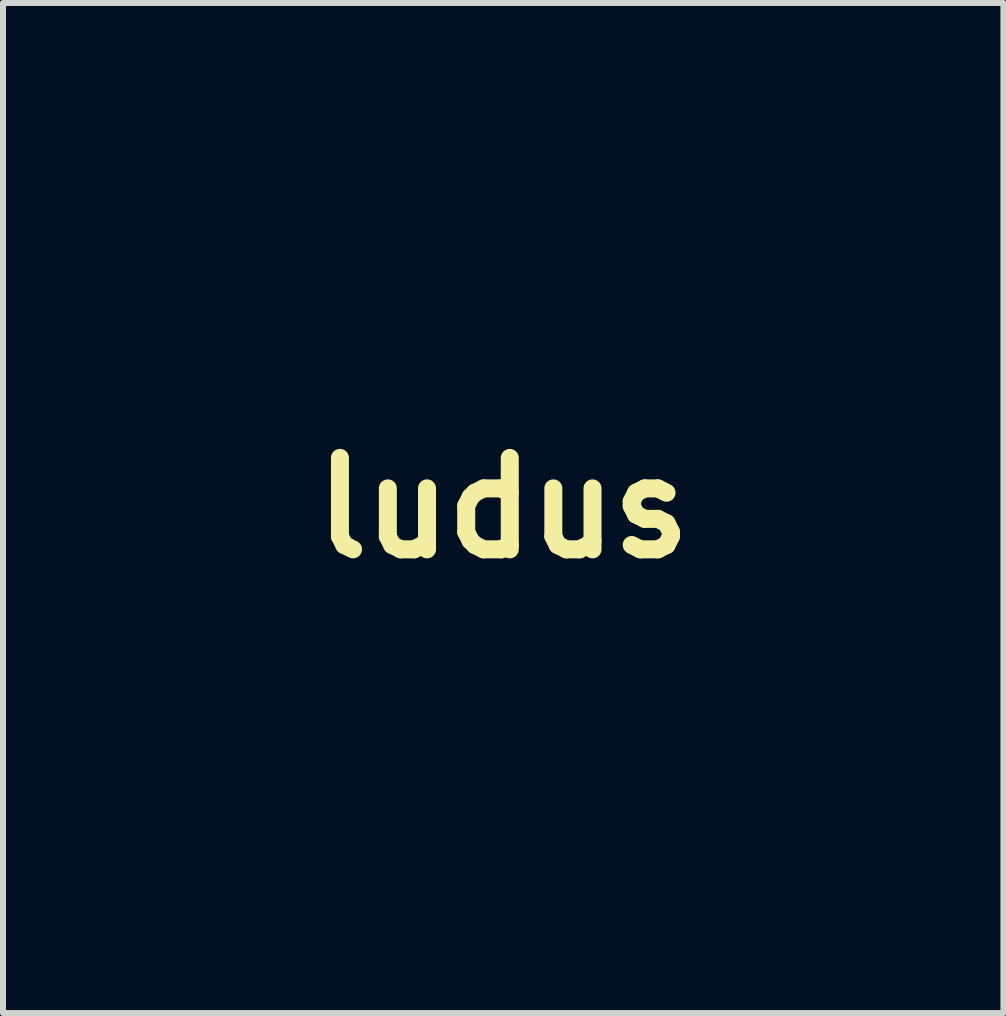
<source format=kicad_pcb>
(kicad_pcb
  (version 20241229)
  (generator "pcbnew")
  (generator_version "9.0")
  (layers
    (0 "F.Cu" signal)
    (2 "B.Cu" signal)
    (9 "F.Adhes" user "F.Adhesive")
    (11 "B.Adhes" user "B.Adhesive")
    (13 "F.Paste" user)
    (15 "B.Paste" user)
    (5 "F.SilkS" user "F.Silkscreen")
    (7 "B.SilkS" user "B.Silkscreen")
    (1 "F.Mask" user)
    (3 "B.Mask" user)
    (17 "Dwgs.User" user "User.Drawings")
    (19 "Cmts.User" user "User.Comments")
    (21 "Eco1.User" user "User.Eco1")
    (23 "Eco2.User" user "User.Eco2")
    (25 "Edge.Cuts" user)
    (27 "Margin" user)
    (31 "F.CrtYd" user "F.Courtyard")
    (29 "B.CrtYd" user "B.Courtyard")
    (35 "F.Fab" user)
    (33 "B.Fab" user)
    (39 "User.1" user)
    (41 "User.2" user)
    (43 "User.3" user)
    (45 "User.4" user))
  (footprint "ludus"
    (layer "F.Cu")
    (at 5.336 5.415)
    (property "Reference" "ludus" (at 0 0 0) (layer "F.SilkS") (effects (font (size 1.524 1.524) (thickness 0.3))))
    (attr through_hole)
    (fp_poly (pts (xy -1.885 0.373) (xy -1.53 0.373) (xy -1.53 0.576) (xy -2.088 0.576) (xy -2.088 -0.796) (xy -1.885 -0.796) (xy -1.885 0.373)) (stroke (width 0.01) (type solid)) (fill yes) (layer "F.Mask"))
    (fp_poly (pts (xy 1.786 -1.755) (xy 1.973 -1.569) (xy 1.916 -1.513) (xy 1.73 -1.699) (xy 1.544 -1.885) (xy 1.572 -1.913) (xy 1.6 -1.942) (xy 1.786 -1.755)) (stroke (width 0.01) (type solid)) (fill yes) (layer "F.Mask"))
    (fp_poly (pts (xy 1.984 -1.789) (xy 1.959 -1.764) (xy 1.945 -1.751) (xy 1.933 -1.741) (xy 1.928 -1.738) (xy 1.922 -1.742) (xy 1.91 -1.753) (xy 1.892 -1.769) (xy 1.871 -1.79) (xy 1.847 -1.814) (xy 1.843 -1.818) (xy 1.764 -1.897) (xy 1.82 -1.953) (xy 1.984 -1.789)) (stroke (width 0.01) (type solid)) (fill yes) (layer "F.Mask"))
    (fp_poly (pts (xy 2.739 -2.728) (xy 2.763 -2.704) (xy 2.625 -2.565) (xy 2.592 -2.533) (xy 2.562 -2.503) (xy 2.536 -2.477) (xy 2.514 -2.456) (xy 2.497 -2.44) (xy 2.487 -2.43) (xy 2.483 -2.427) (xy 2.478 -2.431) (xy 2.467 -2.44) (xy 2.457 -2.451) (xy 2.433 -2.475) (xy 2.513 -2.554) (xy 2.543 -2.584) (xy 2.576 -2.616) (xy 2.608 -2.647) (xy 2.637 -2.675) (xy 2.654 -2.692) (xy 2.715 -2.751) (xy 2.739 -2.728)) (stroke (width 0.01) (type solid)) (fill yes) (layer "F.Mask"))
    (fp_poly (pts (xy -2.537 -2.873) (xy -2.512 -2.848) (xy -2.553 -2.811) (xy -2.594 -2.773) (xy -2.532 -2.707) (xy -2.505 -2.679) (xy -2.476 -2.648) (xy -2.447 -2.618) (xy -2.423 -2.592) (xy -2.419 -2.587) (xy -2.368 -2.533) (xy -2.393 -2.511) (xy -2.407 -2.499) (xy -2.418 -2.491) (xy -2.422 -2.489) (xy -2.428 -2.493) (xy -2.437 -2.503) (xy -2.446 -2.513) (xy -2.456 -2.524) (xy -2.472 -2.542) (xy -2.493 -2.565) (xy -2.518 -2.591) (xy -2.545 -2.619) (xy -2.556 -2.63) (xy -2.646 -2.723) (xy -2.726 -2.645) (xy -2.744 -2.662) (xy -2.753 -2.671) (xy -2.76 -2.679) (xy -2.764 -2.686) (xy -2.763 -2.694) (xy -2.758 -2.704) (xy -2.747 -2.717) (xy -2.731 -2.734) (xy -2.708 -2.757) (xy -2.678 -2.786) (xy -2.666 -2.797) (xy -2.562 -2.897) (xy -2.537 -2.873)) (stroke (width 0.01) (type solid)) (fill yes) (layer "F.Mask"))
    (fp_poly (pts (xy 2.185 2.815) (xy 2.187 2.817) (xy 2.195 2.826) (xy 2.207 2.843) (xy 2.225 2.865) (xy 2.245 2.891) (xy 2.267 2.921) (xy 2.291 2.953) (xy 2.315 2.985) (xy 2.339 3.017) (xy 2.361 3.046) (xy 2.38 3.072) (xy 2.395 3.094) (xy 2.406 3.109) (xy 2.412 3.118) (xy 2.412 3.119) (xy 2.409 3.125) (xy 2.399 3.136) (xy 2.386 3.147) (xy 2.374 3.157) (xy 2.365 3.161) (xy 2.365 3.161) (xy 2.36 3.157) (xy 2.35 3.144) (xy 2.334 3.125) (xy 2.315 3.1) (xy 2.291 3.07) (xy 2.265 3.036) (xy 2.244 3.009) (xy 2.217 2.972) (xy 2.191 2.939) (xy 2.169 2.909) (xy 2.151 2.885) (xy 2.138 2.866) (xy 2.13 2.855) (xy 2.128 2.851) (xy 2.132 2.846) (xy 2.143 2.836) (xy 2.154 2.828) (xy 2.169 2.818) (xy 2.179 2.814) (xy 2.185 2.815)) (stroke (width 0.01) (type solid)) (fill yes) (layer "F.Mask"))
    (fp_poly (pts (xy -0.14 -1.915) (xy -0.14 -1.823) (xy -0.139 -1.741) (xy -0.139 -1.669) (xy -0.139 -1.607) (xy -0.139 -1.553) (xy -0.138 -1.507) (xy -0.137 -1.468) (xy -0.136 -1.436) (xy -0.135 -1.409) (xy -0.133 -1.388) (xy -0.131 -1.371) (xy -0.129 -1.357) (xy -0.126 -1.347) (xy -0.122 -1.339) (xy -0.118 -1.333) (xy -0.114 -1.328) (xy -0.108 -1.323) (xy -0.102 -1.318) (xy -0.097 -1.314) (xy -0.067 -1.294) (xy -0.035 -1.284) (xy -0.003 -1.284) (xy 0.029 -1.293) (xy 0.057 -1.311) (xy 0.08 -1.337) (xy 0.087 -1.349) (xy 0.102 -1.379) (xy 0.102 -2.461) (xy 0.316 -2.461) (xy 0.315 -1.898) (xy 0.313 -1.335) (xy 0.301 -1.298) (xy 0.277 -1.245) (xy 0.244 -1.197) (xy 0.203 -1.155) (xy 0.155 -1.121) (xy 0.103 -1.095) (xy 0.08 -1.087) (xy 0.048 -1.08) (xy 0.01 -1.076) (xy -0.028 -1.075) (xy -0.061 -1.077) (xy -0.065 -1.078) (xy -0.123 -1.092) (xy -0.176 -1.117) (xy -0.224 -1.151) (xy -0.266 -1.193) (xy -0.3 -1.242) (xy -0.32 -1.285) (xy -0.336 -1.324) (xy -0.337 -1.892) (xy -0.339 -2.461) (xy -0.141 -2.461) (xy -0.14 -1.915)) (stroke (width 0.01) (type solid)) (fill yes) (layer "F.Mask"))
    (fp_poly (pts (xy -3.102 1.736) (xy -3.083 1.77) (xy -3.066 1.801) (xy -3.051 1.827) (xy -3.04 1.848) (xy -3.033 1.861) (xy -3.031 1.865) (xy -3.036 1.869) (xy -3.047 1.876) (xy -3.061 1.884) (xy -3.075 1.891) (xy -3.085 1.896) (xy -3.087 1.897) (xy -3.091 1.892) (xy -3.1 1.88) (xy -3.11 1.861) (xy -3.117 1.849) (xy -3.144 1.802) (xy -3.279 1.877) (xy -3.315 1.897) (xy -3.347 1.916) (xy -3.376 1.931) (xy -3.399 1.944) (xy -3.415 1.952) (xy -3.422 1.956) (xy -3.422 1.956) (xy -3.429 1.955) (xy -3.438 1.945) (xy -3.446 1.931) (xy -3.453 1.915) (xy -3.459 1.904) (xy -3.46 1.9) (xy -3.455 1.897) (xy -3.442 1.889) (xy -3.421 1.877) (xy -3.394 1.861) (xy -3.363 1.843) (xy -3.327 1.823) (xy -3.322 1.82) (xy -3.286 1.8) (xy -3.254 1.781) (xy -3.226 1.765) (xy -3.204 1.751) (xy -3.19 1.742) (xy -3.184 1.737) (xy -3.184 1.737) (xy -3.186 1.729) (xy -3.193 1.714) (xy -3.204 1.695) (xy -3.208 1.687) (xy -3.233 1.643) (xy -3.221 1.635) (xy -3.207 1.627) (xy -3.191 1.618) (xy -3.174 1.609) (xy -3.102 1.736)) (stroke (width 0.01) (type solid)) (fill yes) (layer "F.Mask"))
    (fp_poly (pts (xy -1.307 -3.616) (xy -1.273 -3.609) (xy -1.243 -3.593) (xy -1.217 -3.573) (xy -1.186 -3.538) (xy -1.163 -3.499) (xy -1.148 -3.457) (xy -1.142 -3.413) (xy -1.143 -3.371) (xy -1.154 -3.33) (xy -1.173 -3.294) (xy -1.198 -3.265) (xy -1.233 -3.239) (xy -1.272 -3.222) (xy -1.316 -3.214) (xy -1.332 -3.213) (xy -1.37 -3.214) (xy -1.399 -3.219) (xy -1.404 -3.221) (xy -1.427 -3.233) (xy -1.452 -3.252) (xy -1.476 -3.276) (xy -1.496 -3.301) (xy -1.503 -3.311) (xy -1.523 -3.358) (xy -1.533 -3.405) (xy -1.533 -3.42) (xy -1.454 -3.42) (xy -1.447 -3.386) (xy -1.432 -3.352) (xy -1.412 -3.323) (xy -1.387 -3.3) (xy -1.362 -3.288) (xy -1.348 -3.283) (xy -1.339 -3.281) (xy -1.33 -3.281) (xy -1.317 -3.284) (xy -1.31 -3.285) (xy -1.275 -3.298) (xy -1.248 -3.319) (xy -1.23 -3.345) (xy -1.221 -3.378) (xy -1.221 -3.403) (xy -1.228 -3.44) (xy -1.243 -3.475) (xy -1.263 -3.505) (xy -1.288 -3.528) (xy -1.316 -3.543) (xy -1.32 -3.545) (xy -1.351 -3.547) (xy -1.382 -3.541) (xy -1.41 -3.525) (xy -1.434 -3.504) (xy -1.445 -3.485) (xy -1.454 -3.454) (xy -1.454 -3.42) (xy -1.533 -3.42) (xy -1.533 -3.449) (xy -1.525 -3.49) (xy -1.508 -3.528) (xy -1.483 -3.56) (xy -1.45 -3.586) (xy -1.411 -3.605) (xy -1.366 -3.616) (xy -1.348 -3.617) (xy -1.307 -3.616)) (stroke (width 0.01) (type solid)) (fill yes) (layer "F.Mask"))
    (fp_poly (pts (xy 0.039 -3.864) (xy 0.08 -3.862) (xy 0.112 -3.86) (xy 0.137 -3.856) (xy 0.155 -3.852) (xy 0.17 -3.846) (xy 0.182 -3.838) (xy 0.186 -3.835) (xy 0.206 -3.813) (xy 0.218 -3.787) (xy 0.222 -3.755) (xy 0.222 -3.751) (xy 0.218 -3.714) (xy 0.206 -3.683) (xy 0.184 -3.656) (xy 0.179 -3.651) (xy 0.155 -3.629) (xy 0.196 -3.551) (xy 0.21 -3.524) (xy 0.222 -3.5) (xy 0.231 -3.482) (xy 0.236 -3.471) (xy 0.237 -3.469) (xy 0.232 -3.467) (xy 0.219 -3.466) (xy 0.202 -3.466) (xy 0.167 -3.466) (xy 0.127 -3.541) (xy 0.087 -3.615) (xy 0.011 -3.619) (xy 0.011 -3.471) (xy -0.061 -3.471) (xy -0.059 -3.656) (xy -0.058 -3.701) (xy -0.057 -3.743) (xy -0.057 -3.757) (xy 0.017 -3.757) (xy 0.017 -3.745) (xy 0.017 -3.686) (xy 0.056 -3.686) (xy 0.078 -3.687) (xy 0.099 -3.689) (xy 0.112 -3.692) (xy 0.13 -3.704) (xy 0.142 -3.722) (xy 0.146 -3.743) (xy 0.142 -3.765) (xy 0.134 -3.779) (xy 0.125 -3.788) (xy 0.112 -3.793) (xy 0.093 -3.797) (xy 0.082 -3.799) (xy 0.054 -3.803) (xy 0.035 -3.804) (xy 0.024 -3.802) (xy 0.019 -3.794) (xy 0.017 -3.78) (xy 0.017 -3.757) (xy -0.057 -3.757) (xy -0.056 -3.781) (xy -0.055 -3.812) (xy -0.054 -3.836) (xy -0.053 -3.851) (xy -0.053 -3.855) (xy -0.05 -3.868) (xy 0.039 -3.864)) (stroke (width 0.01) (type solid)) (fill yes) (layer "F.Mask"))
    (fp_poly (pts (xy 0.4 3.731) (xy 0.485 3.92) (xy 0.47 3.924) (xy 0.453 3.926) (xy 0.434 3.928) (xy 0.434 3.928) (xy 0.424 3.928) (xy 0.417 3.926) (xy 0.411 3.919) (xy 0.404 3.906) (xy 0.394 3.886) (xy 0.393 3.883) (xy 0.373 3.837) (xy 0.309 3.841) (xy 0.283 3.843) (xy 0.262 3.845) (xy 0.247 3.846) (xy 0.242 3.847) (xy 0.239 3.853) (xy 0.234 3.868) (xy 0.228 3.888) (xy 0.225 3.897) (xy 0.219 3.921) (xy 0.214 3.935) (xy 0.209 3.942) (xy 0.204 3.945) (xy 0.198 3.946) (xy 0.183 3.947) (xy 0.164 3.949) (xy 0.161 3.949) (xy 0.147 3.951) (xy 0.142 3.949) (xy 0.142 3.942) (xy 0.144 3.936) (xy 0.147 3.921) (xy 0.154 3.898) (xy 0.161 3.869) (xy 0.171 3.834) (xy 0.181 3.797) (xy 0.189 3.766) (xy 0.265 3.766) (xy 0.27 3.769) (xy 0.282 3.77) (xy 0.298 3.77) (xy 0.314 3.769) (xy 0.325 3.766) (xy 0.326 3.766) (xy 0.329 3.761) (xy 0.328 3.752) (xy 0.323 3.737) (xy 0.313 3.714) (xy 0.291 3.668) (xy 0.278 3.715) (xy 0.273 3.737) (xy 0.268 3.754) (xy 0.266 3.765) (xy 0.265 3.766) (xy 0.189 3.766) (xy 0.192 3.757) (xy 0.203 3.717) (xy 0.213 3.678) (xy 0.223 3.641) (xy 0.232 3.609) (xy 0.24 3.582) (xy 0.245 3.561) (xy 0.249 3.55) (xy 0.25 3.548) (xy 0.256 3.546) (xy 0.27 3.545) (xy 0.283 3.544) (xy 0.315 3.541) (xy 0.4 3.731)) (stroke (width 0.01) (type solid)) (fill yes) (layer "F.Mask"))
    (fp_poly (pts (xy 2.73 2.337) (xy 2.741 2.347) (xy 2.76 2.364) (xy 2.783 2.386) (xy 2.811 2.412) (xy 2.842 2.441) (xy 2.873 2.47) (xy 2.874 2.471) (xy 2.991 2.581) (xy 2.973 2.603) (xy 2.96 2.616) (xy 2.95 2.622) (xy 2.941 2.622) (xy 2.919 2.618) (xy 2.891 2.613) (xy 2.859 2.608) (xy 2.824 2.602) (xy 2.787 2.596) (xy 2.751 2.591) (xy 2.718 2.586) (xy 2.689 2.582) (xy 2.665 2.579) (xy 2.649 2.577) (xy 2.642 2.577) (xy 2.642 2.577) (xy 2.642 2.578) (xy 2.643 2.581) (xy 2.647 2.586) (xy 2.654 2.594) (xy 2.666 2.605) (xy 2.683 2.621) (xy 2.705 2.643) (xy 2.735 2.671) (xy 2.764 2.698) (xy 2.827 2.757) (xy 2.804 2.784) (xy 2.78 2.81) (xy 2.639 2.678) (xy 2.606 2.647) (xy 2.575 2.618) (xy 2.548 2.592) (xy 2.526 2.571) (xy 2.509 2.555) (xy 2.499 2.545) (xy 2.497 2.541) (xy 2.499 2.535) (xy 2.508 2.524) (xy 2.517 2.513) (xy 2.538 2.489) (xy 2.686 2.513) (xy 2.725 2.52) (xy 2.76 2.525) (xy 2.79 2.53) (xy 2.813 2.533) (xy 2.828 2.534) (xy 2.834 2.534) (xy 2.83 2.529) (xy 2.819 2.518) (xy 2.802 2.501) (xy 2.78 2.48) (xy 2.755 2.457) (xy 2.747 2.449) (xy 2.722 2.425) (xy 2.699 2.404) (xy 2.68 2.386) (xy 2.667 2.373) (xy 2.661 2.366) (xy 2.66 2.366) (xy 2.663 2.36) (xy 2.671 2.348) (xy 2.681 2.337) (xy 2.703 2.312) (xy 2.73 2.337)) (stroke (width 0.01) (type solid)) (fill yes) (layer "F.Mask"))
    (fp_poly (pts (xy -2.734 2.271) (xy -2.654 2.368) (xy -2.672 2.383) (xy -2.684 2.394) (xy -2.694 2.401) (xy -2.703 2.403) (xy -2.712 2.4) (xy -2.723 2.391) (xy -2.737 2.374) (xy -2.757 2.35) (xy -2.764 2.342) (xy -2.783 2.319) (xy -2.8 2.299) (xy -2.813 2.285) (xy -2.821 2.276) (xy -2.822 2.275) (xy -2.828 2.278) (xy -2.839 2.287) (xy -2.854 2.3) (xy -2.856 2.302) (xy -2.886 2.329) (xy -2.843 2.382) (xy -2.799 2.436) (xy -2.823 2.457) (xy -2.837 2.468) (xy -2.847 2.476) (xy -2.85 2.478) (xy -2.855 2.474) (xy -2.865 2.462) (xy -2.879 2.446) (xy -2.895 2.427) (xy -2.912 2.407) (xy -2.926 2.391) (xy -2.936 2.38) (xy -2.941 2.376) (xy -2.948 2.38) (xy -2.96 2.389) (xy -2.975 2.401) (xy -2.991 2.415) (xy -3.004 2.427) (xy -3.012 2.436) (xy -3.014 2.439) (xy -3.011 2.446) (xy -3.001 2.459) (xy -2.987 2.477) (xy -2.969 2.499) (xy -2.958 2.513) (xy -2.902 2.58) (xy -2.92 2.595) (xy -2.933 2.607) (xy -2.945 2.616) (xy -2.947 2.617) (xy -2.95 2.618) (xy -2.956 2.616) (xy -2.965 2.609) (xy -2.977 2.596) (xy -2.993 2.577) (xy -3.015 2.551) (xy -3.034 2.528) (xy -3.057 2.5) (xy -3.077 2.474) (xy -3.094 2.453) (xy -3.106 2.437) (xy -3.112 2.428) (xy -3.113 2.426) (xy -3.109 2.422) (xy -3.097 2.41) (xy -3.078 2.394) (xy -3.054 2.373) (xy -3.025 2.348) (xy -2.992 2.32) (xy -2.964 2.297) (xy -2.815 2.174) (xy -2.734 2.271)) (stroke (width 0.01) (type solid)) (fill yes) (layer "F.Mask"))
    (fp_poly (pts (xy -2.344 2.702) (xy -2.325 2.704) (xy -2.309 2.709) (xy -2.292 2.716) (xy -2.268 2.731) (xy -2.242 2.751) (xy -2.218 2.774) (xy -2.198 2.798) (xy -2.187 2.814) (xy -2.176 2.834) (xy -2.201 2.858) (xy -2.216 2.871) (xy -2.225 2.876) (xy -2.228 2.874) (xy -2.236 2.861) (xy -2.249 2.842) (xy -2.266 2.823) (xy -2.283 2.805) (xy -2.297 2.793) (xy -2.326 2.778) (xy -2.358 2.772) (xy -2.39 2.774) (xy -2.408 2.781) (xy -2.432 2.796) (xy -2.457 2.818) (xy -2.479 2.844) (xy -2.494 2.869) (xy -2.503 2.897) (xy -2.506 2.926) (xy -2.503 2.954) (xy -2.498 2.969) (xy -2.484 2.987) (xy -2.463 3.007) (xy -2.438 3.026) (xy -2.412 3.041) (xy -2.407 3.043) (xy -2.391 3.051) (xy -2.38 3.058) (xy -2.376 3.061) (xy -2.379 3.067) (xy -2.386 3.079) (xy -2.395 3.093) (xy -2.404 3.106) (xy -2.411 3.114) (xy -2.412 3.116) (xy -2.418 3.113) (xy -2.431 3.107) (xy -2.448 3.099) (xy -2.449 3.098) (xy -2.482 3.078) (xy -2.514 3.052) (xy -2.542 3.024) (xy -2.561 2.996) (xy -2.561 2.995) (xy -2.569 2.979) (xy -2.574 2.964) (xy -2.576 2.947) (xy -2.577 2.922) (xy -2.577 2.915) (xy -2.576 2.889) (xy -2.574 2.87) (xy -2.57 2.854) (xy -2.563 2.837) (xy -2.561 2.832) (xy -2.536 2.793) (xy -2.504 2.757) (xy -2.468 2.729) (xy -2.454 2.72) (xy -2.435 2.711) (xy -2.42 2.705) (xy -2.403 2.702) (xy -2.381 2.701) (xy -2.371 2.701) (xy -2.344 2.702)) (stroke (width 0.01) (type solid)) (fill yes) (layer "F.Mask"))
    (fp_poly (pts (xy 3.17 1.786) (xy 3.135 1.82) (xy 3.106 1.853) (xy 3.087 1.885) (xy 3.078 1.915) (xy 3.076 1.932) (xy 3.082 1.966) (xy 3.098 1.997) (xy 3.124 2.024) (xy 3.16 2.048) (xy 3.172 2.054) (xy 3.21 2.066) (xy 3.245 2.068) (xy 3.277 2.058) (xy 3.305 2.038) (xy 3.33 2.008) (xy 3.334 2.001) (xy 3.343 1.983) (xy 3.35 1.97) (xy 3.353 1.963) (xy 3.353 1.963) (xy 3.348 1.958) (xy 3.338 1.949) (xy 3.323 1.94) (xy 3.309 1.931) (xy 3.298 1.926) (xy 3.295 1.925) (xy 3.289 1.929) (xy 3.281 1.94) (xy 3.28 1.941) (xy 3.27 1.958) (xy 3.247 1.944) (xy 3.233 1.935) (xy 3.224 1.928) (xy 3.223 1.927) (xy 3.226 1.921) (xy 3.233 1.907) (xy 3.244 1.889) (xy 3.252 1.876) (xy 3.281 1.829) (xy 3.326 1.858) (xy 3.35 1.873) (xy 3.374 1.888) (xy 3.394 1.9) (xy 3.399 1.903) (xy 3.415 1.915) (xy 3.424 1.926) (xy 3.426 1.94) (xy 3.423 1.96) (xy 3.416 1.982) (xy 3.394 2.034) (xy 3.367 2.075) (xy 3.335 2.106) (xy 3.299 2.128) (xy 3.256 2.14) (xy 3.237 2.142) (xy 3.205 2.143) (xy 3.177 2.138) (xy 3.165 2.134) (xy 3.122 2.116) (xy 3.086 2.092) (xy 3.055 2.063) (xy 3.029 2.027) (xy 3.012 1.987) (xy 3.006 1.944) (xy 3.009 1.902) (xy 3.016 1.877) (xy 3.029 1.85) (xy 3.047 1.821) (xy 3.068 1.793) (xy 3.088 1.769) (xy 3.097 1.762) (xy 3.118 1.745) (xy 3.17 1.786)) (stroke (width 0.01) (type solid)) (fill yes) (layer "F.Mask"))
    (fp_poly (pts (xy 3.082 -2.336) (xy 3.093 -2.321) (xy 3.102 -2.306) (xy 3.105 -2.3) (xy 3.106 -2.295) (xy 3.106 -2.288) (xy 3.104 -2.278) (xy 3.1 -2.263) (xy 3.093 -2.244) (xy 3.083 -2.217) (xy 3.07 -2.182) (xy 3.059 -2.155) (xy 3.045 -2.118) (xy 3.033 -2.085) (xy 3.022 -2.057) (xy 3.015 -2.036) (xy 3.011 -2.022) (xy 3.01 -2.017) (xy 3.016 -2.019) (xy 3.029 -2.027) (xy 3.048 -2.039) (xy 3.073 -2.056) (xy 3.101 -2.075) (xy 3.111 -2.082) (xy 3.14 -2.102) (xy 3.166 -2.12) (xy 3.187 -2.134) (xy 3.203 -2.143) (xy 3.212 -2.147) (xy 3.212 -2.147) (xy 3.218 -2.141) (xy 3.228 -2.129) (xy 3.234 -2.12) (xy 3.251 -2.095) (xy 3.176 -2.042) (xy 3.12 -2.002) (xy 3.072 -1.968) (xy 3.032 -1.94) (xy 3 -1.917) (xy 2.974 -1.899) (xy 2.955 -1.886) (xy 2.941 -1.876) (xy 2.933 -1.871) (xy 2.929 -1.869) (xy 2.929 -1.869) (xy 2.925 -1.873) (xy 2.916 -1.884) (xy 2.911 -1.892) (xy 2.895 -1.914) (xy 2.952 -2.061) (xy 2.967 -2.1) (xy 2.98 -2.134) (xy 2.991 -2.164) (xy 2.999 -2.188) (xy 3.004 -2.204) (xy 3.006 -2.211) (xy 3.006 -2.211) (xy 3.001 -2.209) (xy 2.988 -2.201) (xy 2.968 -2.188) (xy 2.944 -2.172) (xy 2.915 -2.152) (xy 2.903 -2.144) (xy 2.873 -2.123) (xy 2.846 -2.104) (xy 2.824 -2.089) (xy 2.807 -2.077) (xy 2.797 -2.071) (xy 2.796 -2.07) (xy 2.789 -2.072) (xy 2.778 -2.082) (xy 2.769 -2.094) (xy 2.749 -2.122) (xy 2.911 -2.236) (xy 3.072 -2.35) (xy 3.082 -2.336)) (stroke (width 0.01) (type solid)) (fill yes) (layer "F.Mask"))
    (fp_poly (pts (xy 2.107 -3.242) (xy 2.124 -3.232) (xy 2.145 -3.217) (xy 2.17 -3.199) (xy 2.196 -3.179) (xy 2.22 -3.161) (xy 2.241 -3.144) (xy 2.256 -3.131) (xy 2.261 -3.126) (xy 2.286 -3.09) (xy 2.302 -3.051) (xy 2.307 -3.009) (xy 2.302 -2.967) (xy 2.288 -2.926) (xy 2.264 -2.886) (xy 2.232 -2.85) (xy 2.195 -2.823) (xy 2.154 -2.807) (xy 2.112 -2.801) (xy 2.068 -2.806) (xy 2.052 -2.811) (xy 2.029 -2.821) (xy 1.999 -2.838) (xy 1.963 -2.861) (xy 1.946 -2.873) (xy 1.874 -2.925) (xy 1.884 -2.94) (xy 1.886 -2.942) (xy 1.981 -2.942) (xy 1.986 -2.936) (xy 1.997 -2.927) (xy 2.014 -2.915) (xy 2.033 -2.902) (xy 2.051 -2.891) (xy 2.067 -2.882) (xy 2.075 -2.879) (xy 2.1 -2.876) (xy 2.128 -2.88) (xy 2.153 -2.89) (xy 2.154 -2.891) (xy 2.177 -2.909) (xy 2.199 -2.936) (xy 2.217 -2.967) (xy 2.219 -2.972) (xy 2.228 -3.004) (xy 2.227 -3.036) (xy 2.216 -3.064) (xy 2.211 -3.073) (xy 2.202 -3.082) (xy 2.188 -3.095) (xy 2.171 -3.108) (xy 2.154 -3.122) (xy 2.138 -3.133) (xy 2.126 -3.141) (xy 2.12 -3.143) (xy 2.12 -3.143) (xy 2.109 -3.128) (xy 2.094 -3.108) (xy 2.077 -3.083) (xy 2.059 -3.057) (xy 2.04 -3.03) (xy 2.022 -3.004) (xy 2.006 -2.98) (xy 1.993 -2.961) (xy 1.985 -2.948) (xy 1.981 -2.942) (xy 1.981 -2.942) (xy 1.886 -2.942) (xy 1.923 -2.996) (xy 1.96 -3.048) (xy 1.994 -3.095) (xy 2.024 -3.137) (xy 2.05 -3.173) (xy 2.072 -3.201) (xy 2.089 -3.223) (xy 2.101 -3.237) (xy 2.107 -3.242) (xy 2.107 -3.242)) (stroke (width 0.01) (type solid)) (fill yes) (layer "F.Mask"))
    (fp_poly (pts (xy 1.769 3.139) (xy 1.808 3.154) (xy 1.843 3.179) (xy 1.874 3.214) (xy 1.898 3.256) (xy 1.914 3.3) (xy 1.919 3.344) (xy 1.915 3.385) (xy 1.905 3.413) (xy 1.895 3.434) (xy 1.883 3.452) (xy 1.868 3.469) (xy 1.849 3.485) (xy 1.824 3.501) (xy 1.792 3.52) (xy 1.752 3.542) (xy 1.749 3.543) (xy 1.683 3.578) (xy 1.641 3.498) (xy 1.609 3.437) (xy 1.582 3.385) (xy 1.559 3.342) (xy 1.541 3.307) (xy 1.527 3.279) (xy 1.517 3.258) (xy 1.603 3.258) (xy 1.606 3.265) (xy 1.612 3.279) (xy 1.623 3.3) (xy 1.635 3.325) (xy 1.649 3.352) (xy 1.664 3.381) (xy 1.678 3.408) (xy 1.691 3.433) (xy 1.702 3.452) (xy 1.709 3.466) (xy 1.712 3.47) (xy 1.719 3.471) (xy 1.734 3.467) (xy 1.752 3.459) (xy 1.773 3.448) (xy 1.793 3.435) (xy 1.81 3.423) (xy 1.822 3.411) (xy 1.822 3.411) (xy 1.835 3.385) (xy 1.84 3.356) (xy 1.837 3.325) (xy 1.827 3.295) (xy 1.812 3.266) (xy 1.792 3.242) (xy 1.769 3.222) (xy 1.743 3.21) (xy 1.715 3.208) (xy 1.707 3.209) (xy 1.693 3.213) (xy 1.675 3.22) (xy 1.654 3.229) (xy 1.634 3.239) (xy 1.617 3.248) (xy 1.606 3.255) (xy 1.603 3.258) (xy 1.517 3.258) (xy 1.516 3.258) (xy 1.509 3.242) (xy 1.504 3.233) (xy 1.502 3.228) (xy 1.502 3.226) (xy 1.514 3.219) (xy 1.534 3.208) (xy 1.559 3.195) (xy 1.587 3.182) (xy 1.616 3.168) (xy 1.643 3.156) (xy 1.665 3.147) (xy 1.681 3.141) (xy 1.683 3.14) (xy 1.727 3.134) (xy 1.769 3.139)) (stroke (width 0.01) (type solid)) (fill yes) (layer "F.Mask"))
    (fp_poly (pts (xy 0.811 -3.779) (xy 0.828 -3.775) (xy 0.841 -3.771) (xy 0.844 -3.769) (xy 0.845 -3.763) (xy 0.848 -3.748) (xy 0.852 -3.724) (xy 0.856 -3.694) (xy 0.861 -3.658) (xy 0.866 -3.62) (xy 0.872 -3.579) (xy 0.877 -3.538) (xy 0.882 -3.498) (xy 0.887 -3.461) (xy 0.891 -3.429) (xy 0.894 -3.402) (xy 0.897 -3.382) (xy 0.897 -3.372) (xy 0.897 -3.371) (xy 0.896 -3.363) (xy 0.891 -3.36) (xy 0.88 -3.36) (xy 0.86 -3.364) (xy 0.854 -3.365) (xy 0.843 -3.369) (xy 0.835 -3.373) (xy 0.83 -3.38) (xy 0.827 -3.393) (xy 0.824 -3.413) (xy 0.821 -3.436) (xy 0.818 -3.458) (xy 0.813 -3.47) (xy 0.808 -3.474) (xy 0.799 -3.476) (xy 0.781 -3.48) (xy 0.758 -3.485) (xy 0.743 -3.488) (xy 0.716 -3.493) (xy 0.699 -3.496) (xy 0.688 -3.496) (xy 0.683 -3.494) (xy 0.682 -3.493) (xy 0.677 -3.484) (xy 0.668 -3.47) (xy 0.657 -3.452) (xy 0.657 -3.452) (xy 0.646 -3.435) (xy 0.638 -3.422) (xy 0.635 -3.416) (xy 0.635 -3.416) (xy 0.629 -3.416) (xy 0.615 -3.418) (xy 0.599 -3.421) (xy 0.579 -3.425) (xy 0.569 -3.43) (xy 0.567 -3.435) (xy 0.567 -3.436) (xy 0.571 -3.443) (xy 0.58 -3.458) (xy 0.593 -3.48) (xy 0.61 -3.509) (xy 0.631 -3.542) (xy 0.644 -3.563) (xy 0.73 -3.563) (xy 0.759 -3.557) (xy 0.78 -3.553) (xy 0.793 -3.552) (xy 0.799 -3.555) (xy 0.8 -3.563) (xy 0.798 -3.578) (xy 0.798 -3.58) (xy 0.795 -3.603) (xy 0.792 -3.626) (xy 0.791 -3.633) (xy 0.787 -3.657) (xy 0.759 -3.61) (xy 0.73 -3.563) (xy 0.644 -3.563) (xy 0.654 -3.579) (xy 0.676 -3.615) (xy 0.781 -3.786) (xy 0.811 -3.779)) (stroke (width 0.01) (type solid)) (fill yes) (layer "F.Mask"))
    (fp_poly (pts (xy 3.425 -1.637) (xy 3.465 -1.624) (xy 3.502 -1.601) (xy 3.533 -1.569) (xy 3.544 -1.554) (xy 3.558 -1.527) (xy 3.571 -1.493) (xy 3.581 -1.457) (xy 3.587 -1.43) (xy 3.59 -1.406) (xy 3.559 -1.396) (xy 3.542 -1.391) (xy 3.53 -1.389) (xy 3.526 -1.389) (xy 3.524 -1.395) (xy 3.521 -1.41) (xy 3.517 -1.43) (xy 3.515 -1.439) (xy 3.503 -1.483) (xy 3.486 -1.517) (xy 3.464 -1.542) (xy 3.437 -1.557) (xy 3.404 -1.563) (xy 3.397 -1.563) (xy 3.36 -1.559) (xy 3.324 -1.548) (xy 3.292 -1.53) (xy 3.266 -1.507) (xy 3.249 -1.482) (xy 3.241 -1.454) (xy 3.241 -1.42) (xy 3.249 -1.385) (xy 3.264 -1.352) (xy 3.272 -1.339) (xy 3.28 -1.337) (xy 3.294 -1.339) (xy 3.309 -1.345) (xy 3.325 -1.353) (xy 3.336 -1.361) (xy 3.339 -1.369) (xy 3.339 -1.369) (xy 3.333 -1.388) (xy 3.332 -1.399) (xy 3.338 -1.406) (xy 3.351 -1.412) (xy 3.366 -1.417) (xy 3.376 -1.419) (xy 3.377 -1.419) (xy 3.381 -1.415) (xy 3.388 -1.402) (xy 3.397 -1.385) (xy 3.406 -1.365) (xy 3.413 -1.346) (xy 3.419 -1.331) (xy 3.422 -1.321) (xy 3.422 -1.319) (xy 3.413 -1.314) (xy 3.396 -1.307) (xy 3.375 -1.297) (xy 3.351 -1.287) (xy 3.326 -1.276) (xy 3.302 -1.267) (xy 3.283 -1.259) (xy 3.27 -1.254) (xy 3.266 -1.253) (xy 3.258 -1.257) (xy 3.247 -1.266) (xy 3.244 -1.269) (xy 3.223 -1.295) (xy 3.203 -1.328) (xy 3.186 -1.361) (xy 3.175 -1.391) (xy 3.168 -1.436) (xy 3.172 -1.48) (xy 3.186 -1.52) (xy 3.21 -1.557) (xy 3.242 -1.589) (xy 3.284 -1.614) (xy 3.286 -1.616) (xy 3.334 -1.633) (xy 3.38 -1.64) (xy 3.425 -1.637)) (stroke (width 0.01) (type solid)) (fill yes) (layer "F.Mask"))
    (fp_poly (pts (xy 1.118 3.385) (xy 1.12 3.391) (xy 1.125 3.407) (xy 1.132 3.43) (xy 1.141 3.459) (xy 1.151 3.493) (xy 1.161 3.53) (xy 1.172 3.569) (xy 1.183 3.608) (xy 1.194 3.645) (xy 1.203 3.68) (xy 1.211 3.71) (xy 1.218 3.734) (xy 1.222 3.75) (xy 1.223 3.757) (xy 1.223 3.757) (xy 1.217 3.76) (xy 1.204 3.764) (xy 1.196 3.767) (xy 1.171 3.774) (xy 1.052 3.674) (xy 1.021 3.647) (xy 0.993 3.624) (xy 0.969 3.603) (xy 0.949 3.587) (xy 0.936 3.577) (xy 0.93 3.573) (xy 0.93 3.573) (xy 0.928 3.573) (xy 0.927 3.575) (xy 0.927 3.58) (xy 0.928 3.588) (xy 0.932 3.602) (xy 0.937 3.622) (xy 0.945 3.651) (xy 0.956 3.688) (xy 0.96 3.702) (xy 0.969 3.737) (xy 0.978 3.768) (xy 0.985 3.794) (xy 0.99 3.813) (xy 0.992 3.823) (xy 0.992 3.824) (xy 0.986 3.826) (xy 0.973 3.83) (xy 0.958 3.834) (xy 0.926 3.843) (xy 0.92 3.822) (xy 0.917 3.812) (xy 0.912 3.792) (xy 0.904 3.764) (xy 0.894 3.73) (xy 0.883 3.692) (xy 0.872 3.65) (xy 0.867 3.632) (xy 0.855 3.591) (xy 0.844 3.553) (xy 0.835 3.52) (xy 0.828 3.493) (xy 0.823 3.474) (xy 0.82 3.464) (xy 0.82 3.463) (xy 0.826 3.461) (xy 0.839 3.457) (xy 0.854 3.453) (xy 0.886 3.445) (xy 0.997 3.54) (xy 1.034 3.571) (xy 1.063 3.595) (xy 1.084 3.613) (xy 1.1 3.625) (xy 1.11 3.632) (xy 1.116 3.634) (xy 1.117 3.632) (xy 1.116 3.627) (xy 1.113 3.62) (xy 1.109 3.603) (xy 1.102 3.58) (xy 1.094 3.552) (xy 1.09 3.536) (xy 1.081 3.504) (xy 1.072 3.474) (xy 1.065 3.449) (xy 1.06 3.43) (xy 1.058 3.425) (xy 1.051 3.399) (xy 1.082 3.389) (xy 1.1 3.385) (xy 1.113 3.384) (xy 1.118 3.385)) (stroke (width 0.01) (type solid)) (fill yes) (layer "F.Mask"))
    (fp_poly (pts (xy -1.975 -3.273) (xy -1.951 -3.261) (xy -1.926 -3.236) (xy -1.909 -3.205) (xy -1.899 -3.171) (xy -1.899 -3.137) (xy -1.904 -3.117) (xy -1.912 -3.093) (xy -1.844 -3.056) (xy -1.817 -3.041) (xy -1.794 -3.028) (xy -1.775 -3.018) (xy -1.763 -3.011) (xy -1.762 -3.01) (xy -1.749 -3.002) (xy -1.778 -2.982) (xy -1.807 -2.963) (xy -1.859 -2.989) (xy -1.884 -3.002) (xy -1.907 -3.014) (xy -1.926 -3.025) (xy -1.933 -3.029) (xy -1.956 -3.042) (xy -1.987 -3.022) (xy -2.003 -3.012) (xy -2.013 -3.002) (xy -2.016 -2.997) (xy -2.013 -2.99) (xy -2.004 -2.976) (xy -1.992 -2.956) (xy -1.978 -2.934) (xy -1.964 -2.912) (xy -1.953 -2.894) (xy -1.945 -2.881) (xy -1.943 -2.876) (xy -1.943 -2.876) (xy -1.953 -2.869) (xy -1.966 -2.86) (xy -1.98 -2.851) (xy -1.992 -2.843) (xy -1.999 -2.839) (xy -1.999 -2.839) (xy -2.003 -2.844) (xy -2.011 -2.857) (xy -2.025 -2.877) (xy -2.042 -2.904) (xy -2.063 -2.935) (xy -2.086 -2.971) (xy -2.107 -3.002) (xy -2.132 -3.04) (xy -2.154 -3.076) (xy -2.174 -3.107) (xy -2.191 -3.133) (xy -2.203 -3.152) (xy -2.208 -3.16) (xy -2.112 -3.16) (xy -2.111 -3.155) (xy -2.105 -3.143) (xy -2.096 -3.126) (xy -2.085 -3.107) (xy -2.074 -3.09) (xy -2.065 -3.075) (xy -2.057 -3.066) (xy -2.055 -3.065) (xy -2.05 -3.068) (xy -2.037 -3.075) (xy -2.025 -3.082) (xy -2.001 -3.1) (xy -1.983 -3.118) (xy -1.972 -3.135) (xy -1.97 -3.145) (xy -1.974 -3.162) (xy -1.984 -3.182) (xy -1.997 -3.197) (xy -2.009 -3.204) (xy -2.022 -3.206) (xy -2.039 -3.202) (xy -2.061 -3.192) (xy -2.089 -3.176) (xy -2.112 -3.16) (xy -2.208 -3.16) (xy -2.211 -3.164) (xy -2.213 -3.168) (xy -2.208 -3.172) (xy -2.196 -3.181) (xy -2.178 -3.193) (xy -2.157 -3.207) (xy -2.133 -3.222) (xy -2.11 -3.237) (xy -2.089 -3.25) (xy -2.072 -3.26) (xy -2.066 -3.263) (xy -2.036 -3.274) (xy -2.004 -3.277) (xy -1.975 -3.273)) (stroke (width 0.01) (type solid)) (fill yes) (layer "F.Mask"))
    (fp_poly (pts (xy -0.145 1.142) (xy -0.092 1.142) (xy -0.048 1.143) (xy -0.013 1.144) (xy 0.014 1.145) (xy 0.035 1.146) (xy 0.052 1.148) (xy 0.065 1.15) (xy 0.075 1.153) (xy 0.079 1.154) (xy 0.134 1.177) (xy 0.184 1.21) (xy 0.227 1.25) (xy 0.263 1.297) (xy 0.289 1.349) (xy 0.301 1.387) (xy 0.303 1.4) (xy 0.305 1.423) (xy 0.307 1.455) (xy 0.308 1.495) (xy 0.309 1.542) (xy 0.31 1.594) (xy 0.311 1.651) (xy 0.311 1.711) (xy 0.311 1.773) (xy 0.311 1.837) (xy 0.311 1.9) (xy 0.311 1.961) (xy 0.31 2.02) (xy 0.31 2.076) (xy 0.309 2.127) (xy 0.308 2.172) (xy 0.306 2.21) (xy 0.305 2.24) (xy 0.303 2.26) (xy 0.302 2.268) (xy 0.284 2.321) (xy 0.256 2.37) (xy 0.22 2.415) (xy 0.177 2.453) (xy 0.128 2.483) (xy 0.085 2.502) (xy 0.074 2.505) (xy 0.063 2.507) (xy 0.051 2.51) (xy 0.036 2.511) (xy 0.016 2.513) (xy -0.009 2.514) (xy -0.04 2.514) (xy -0.08 2.515) (xy -0.13 2.516) (xy -0.145 2.516) (xy -0.339 2.519) (xy -0.339 2.315) (xy -0.13 2.315) (xy -0.052 2.313) (xy -0.02 2.312) (xy 0.002 2.311) (xy 0.018 2.31) (xy 0.03 2.307) (xy 0.04 2.302) (xy 0.052 2.296) (xy 0.054 2.294) (xy 0.077 2.276) (xy 0.094 2.253) (xy 0.097 2.247) (xy 0.113 2.217) (xy 0.113 1.834) (xy 0.113 1.756) (xy 0.113 1.689) (xy 0.113 1.632) (xy 0.112 1.583) (xy 0.112 1.543) (xy 0.111 1.509) (xy 0.11 1.482) (xy 0.108 1.46) (xy 0.106 1.443) (xy 0.104 1.43) (xy 0.1 1.42) (xy 0.096 1.412) (xy 0.091 1.405) (xy 0.086 1.398) (xy 0.079 1.392) (xy 0.077 1.389) (xy 0.063 1.376) (xy 0.05 1.366) (xy 0.034 1.359) (xy 0.015 1.355) (xy -0.01 1.352) (xy -0.044 1.35) (xy -0.052 1.35) (xy -0.13 1.348) (xy -0.13 2.315) (xy -0.339 2.315) (xy -0.339 1.139) (xy -0.145 1.142)) (stroke (width 0.01) (type solid)) (fill yes) (layer "F.Mask"))
    (fp_poly (pts (xy -3.04 -2.373) (xy -3.028 -2.366) (xy -3.017 -2.358) (xy -2.992 -2.341) (xy -3.004 -2.323) (xy -3.013 -2.312) (xy -3.026 -2.293) (xy -3.042 -2.272) (xy -3.055 -2.254) (xy -3.07 -2.232) (xy -3.082 -2.214) (xy -3.091 -2.202) (xy -3.093 -2.196) (xy -3.089 -2.191) (xy -3.078 -2.181) (xy -3.064 -2.17) (xy -3.048 -2.158) (xy -3.034 -2.149) (xy -3.033 -2.149) (xy -3.027 -2.151) (xy -3.016 -2.163) (xy -3 -2.182) (xy -2.988 -2.198) (xy -2.973 -2.22) (xy -2.959 -2.237) (xy -2.949 -2.248) (xy -2.945 -2.252) (xy -2.938 -2.249) (xy -2.925 -2.241) (xy -2.915 -2.234) (xy -2.89 -2.217) (xy -2.911 -2.188) (xy -2.926 -2.167) (xy -2.942 -2.145) (xy -2.95 -2.134) (xy -2.961 -2.12) (xy -2.967 -2.109) (xy -2.969 -2.105) (xy -2.965 -2.1) (xy -2.954 -2.091) (xy -2.939 -2.08) (xy -2.923 -2.067) (xy -2.907 -2.056) (xy -2.895 -2.048) (xy -2.888 -2.044) (xy -2.888 -2.044) (xy -2.875 -2.061) (xy -2.86 -2.082) (xy -2.843 -2.106) (xy -2.826 -2.129) (xy -2.81 -2.151) (xy -2.796 -2.169) (xy -2.785 -2.183) (xy -2.78 -2.19) (xy -2.779 -2.19) (xy -2.774 -2.187) (xy -2.762 -2.179) (xy -2.748 -2.17) (xy -2.736 -2.16) (xy -2.73 -2.156) (xy -2.732 -2.15) (xy -2.739 -2.137) (xy -2.751 -2.119) (xy -2.767 -2.096) (xy -2.785 -2.07) (xy -2.804 -2.044) (xy -2.822 -2.017) (xy -2.84 -1.993) (xy -2.856 -1.973) (xy -2.868 -1.957) (xy -2.876 -1.949) (xy -2.878 -1.947) (xy -2.883 -1.951) (xy -2.896 -1.96) (xy -2.917 -1.974) (xy -2.943 -1.993) (xy -2.974 -2.015) (xy -3.008 -2.04) (xy -3.037 -2.06) (xy -3.073 -2.087) (xy -3.107 -2.112) (xy -3.136 -2.135) (xy -3.16 -2.153) (xy -3.178 -2.168) (xy -3.188 -2.177) (xy -3.19 -2.18) (xy -3.186 -2.187) (xy -3.177 -2.2) (xy -3.164 -2.22) (xy -3.147 -2.243) (xy -3.129 -2.268) (xy -3.11 -2.294) (xy -3.091 -2.319) (xy -3.075 -2.342) (xy -3.061 -2.36) (xy -3.051 -2.372) (xy -3.047 -2.376) (xy -3.047 -2.376) (xy -3.04 -2.373)) (stroke (width 0.01) (type solid)) (fill yes) (layer "F.Mask"))
    (fp_poly (pts (xy -1.843 3.045) (xy -1.831 3.05) (xy -1.817 3.058) (xy -1.803 3.066) (xy -1.792 3.073) (xy -1.789 3.077) (xy -1.792 3.083) (xy -1.799 3.096) (xy -1.809 3.116) (xy -1.822 3.14) (xy -1.824 3.143) (xy -1.836 3.167) (xy -1.846 3.188) (xy -1.853 3.203) (xy -1.855 3.211) (xy -1.855 3.211) (xy -1.849 3.216) (xy -1.835 3.224) (xy -1.815 3.236) (xy -1.796 3.246) (xy -1.771 3.259) (xy -1.747 3.273) (xy -1.727 3.284) (xy -1.718 3.289) (xy -1.695 3.302) (xy -1.66 3.237) (xy -1.647 3.213) (xy -1.635 3.192) (xy -1.626 3.177) (xy -1.621 3.17) (xy -1.621 3.17) (xy -1.614 3.171) (xy -1.601 3.177) (xy -1.588 3.184) (xy -1.559 3.2) (xy -1.653 3.372) (xy -1.675 3.413) (xy -1.695 3.449) (xy -1.713 3.482) (xy -1.728 3.509) (xy -1.74 3.529) (xy -1.747 3.541) (xy -1.75 3.544) (xy -1.756 3.542) (xy -1.768 3.535) (xy -1.779 3.529) (xy -1.794 3.52) (xy -1.804 3.512) (xy -1.806 3.509) (xy -1.804 3.503) (xy -1.797 3.489) (xy -1.786 3.468) (xy -1.773 3.444) (xy -1.769 3.437) (xy -1.756 3.412) (xy -1.745 3.39) (xy -1.737 3.374) (xy -1.734 3.364) (xy -1.734 3.363) (xy -1.739 3.359) (xy -1.753 3.35) (xy -1.771 3.339) (xy -1.794 3.325) (xy -1.818 3.311) (xy -1.842 3.298) (xy -1.863 3.287) (xy -1.88 3.278) (xy -1.89 3.274) (xy -1.891 3.274) (xy -1.895 3.278) (xy -1.903 3.291) (xy -1.915 3.31) (xy -1.928 3.334) (xy -1.931 3.339) (xy -1.947 3.369) (xy -1.959 3.391) (xy -1.968 3.406) (xy -1.976 3.413) (xy -1.982 3.416) (xy -1.99 3.414) (xy -2 3.408) (xy -2.008 3.403) (xy -2.038 3.386) (xy -2.021 3.357) (xy -2.014 3.344) (xy -2.003 3.323) (xy -1.987 3.295) (xy -1.969 3.263) (xy -1.95 3.226) (xy -1.929 3.188) (xy -1.928 3.186) (xy -1.908 3.15) (xy -1.89 3.117) (xy -1.874 3.088) (xy -1.861 3.066) (xy -1.853 3.051) (xy -1.849 3.043) (xy -1.848 3.043) (xy -1.843 3.045)) (stroke (width 0.01) (type solid)) (fill yes) (layer "F.Mask"))
    (fp_poly (pts (xy -3.345 -1.739) (xy -3.316 -1.725) (xy -3.29 -1.704) (xy -3.271 -1.679) (xy -3.259 -1.65) (xy -3.259 -1.646) (xy -3.255 -1.624) (xy -3.163 -1.628) (xy -3.132 -1.629) (xy -3.106 -1.63) (xy -3.085 -1.63) (xy -3.073 -1.63) (xy -3.071 -1.629) (xy -3.073 -1.623) (xy -3.078 -1.61) (xy -3.085 -1.594) (xy -3.091 -1.58) (xy -3.096 -1.571) (xy -3.096 -1.57) (xy -3.103 -1.568) (xy -3.118 -1.566) (xy -3.141 -1.564) (xy -3.169 -1.562) (xy -3.182 -1.561) (xy -3.265 -1.555) (xy -3.281 -1.524) (xy -3.289 -1.507) (xy -3.294 -1.495) (xy -3.296 -1.49) (xy -3.291 -1.486) (xy -3.278 -1.479) (xy -3.259 -1.469) (xy -3.235 -1.458) (xy -3.231 -1.457) (xy -3.207 -1.445) (xy -3.187 -1.435) (xy -3.173 -1.429) (xy -3.167 -1.425) (xy -3.167 -1.425) (xy -3.169 -1.419) (xy -3.174 -1.407) (xy -3.181 -1.391) (xy -3.188 -1.376) (xy -3.193 -1.365) (xy -3.196 -1.361) (xy -3.201 -1.363) (xy -3.216 -1.37) (xy -3.238 -1.38) (xy -3.266 -1.394) (xy -3.301 -1.41) (xy -3.339 -1.428) (xy -3.37 -1.443) (xy -3.411 -1.462) (xy -3.449 -1.481) (xy -3.482 -1.497) (xy -3.509 -1.51) (xy -3.53 -1.521) (xy -3.543 -1.527) (xy -3.546 -1.529) (xy -3.546 -1.535) (xy -3.54 -1.55) (xy -3.532 -1.571) (xy -3.532 -1.571) (xy -3.46 -1.571) (xy -3.455 -1.568) (xy -3.443 -1.561) (xy -3.426 -1.553) (xy -3.407 -1.544) (xy -3.388 -1.535) (xy -3.373 -1.528) (xy -3.364 -1.525) (xy -3.363 -1.524) (xy -3.358 -1.529) (xy -3.351 -1.541) (xy -3.344 -1.556) (xy -3.331 -1.588) (xy -3.326 -1.613) (xy -3.328 -1.632) (xy -3.338 -1.646) (xy -3.357 -1.658) (xy -3.361 -1.66) (xy -3.385 -1.667) (xy -3.403 -1.664) (xy -3.42 -1.651) (xy -3.425 -1.644) (xy -3.433 -1.632) (xy -3.442 -1.615) (xy -3.45 -1.597) (xy -3.457 -1.581) (xy -3.46 -1.572) (xy -3.46 -1.571) (xy -3.532 -1.571) (xy -3.52 -1.597) (xy -3.511 -1.615) (xy -3.491 -1.656) (xy -3.472 -1.688) (xy -3.455 -1.711) (xy -3.439 -1.727) (xy -3.421 -1.738) (xy -3.405 -1.744) (xy -3.376 -1.746) (xy -3.345 -1.739)) (stroke (width 0.01) (type solid)) (fill yes) (layer "F.Mask"))
    (fp_poly (pts (xy -1.158 3.365) (xy -1.136 3.37) (xy -1.111 3.378) (xy -1.085 3.386) (xy -1.059 3.395) (xy -1.036 3.403) (xy -1.018 3.411) (xy -1.016 3.412) (xy -0.99 3.428) (xy -0.973 3.445) (xy -0.964 3.466) (xy -0.961 3.484) (xy -0.963 3.515) (xy -0.972 3.546) (xy -0.986 3.572) (xy -1.001 3.587) (xy -1.018 3.6) (xy -1 3.62) (xy -0.989 3.637) (xy -0.98 3.655) (xy -0.979 3.661) (xy -0.979 3.687) (xy -0.986 3.716) (xy -1 3.743) (xy -1.007 3.753) (xy -1.025 3.769) (xy -1.045 3.781) (xy -1.068 3.786) (xy -1.097 3.787) (xy -1.132 3.782) (xy -1.174 3.771) (xy -1.209 3.761) (xy -1.238 3.751) (xy -1.262 3.743) (xy -1.281 3.736) (xy -1.291 3.73) (xy -1.293 3.729) (xy -1.291 3.722) (xy -1.287 3.705) (xy -1.283 3.694) (xy -1.206 3.694) (xy -1.169 3.706) (xy -1.132 3.716) (xy -1.103 3.719) (xy -1.081 3.715) (xy -1.074 3.711) (xy -1.064 3.7) (xy -1.056 3.684) (xy -1.055 3.683) (xy -1.052 3.659) (xy -1.06 3.638) (xy -1.078 3.621) (xy -1.083 3.619) (xy -1.099 3.612) (xy -1.118 3.605) (xy -1.138 3.598) (xy -1.156 3.594) (xy -1.168 3.591) (xy -1.172 3.592) (xy -1.175 3.598) (xy -1.18 3.613) (xy -1.187 3.633) (xy -1.19 3.644) (xy -1.206 3.694) (xy -1.283 3.694) (xy -1.28 3.681) (xy -1.271 3.652) (xy -1.26 3.617) (xy -1.249 3.58) (xy -1.237 3.541) (xy -1.232 3.525) (xy -1.15 3.525) (xy -1.149 3.526) (xy -1.142 3.529) (xy -1.128 3.535) (xy -1.11 3.54) (xy -1.092 3.546) (xy -1.078 3.549) (xy -1.072 3.55) (xy -1.061 3.547) (xy -1.05 3.54) (xy -1.038 3.524) (xy -1.032 3.504) (xy -1.034 3.485) (xy -1.035 3.482) (xy -1.043 3.473) (xy -1.06 3.463) (xy -1.085 3.453) (xy -1.127 3.438) (xy -1.14 3.481) (xy -1.145 3.501) (xy -1.149 3.517) (xy -1.15 3.525) (xy -1.232 3.525) (xy -1.225 3.503) (xy -1.214 3.466) (xy -1.203 3.432) (xy -1.194 3.404) (xy -1.186 3.381) (xy -1.181 3.367) (xy -1.179 3.362) (xy -1.173 3.362) (xy -1.158 3.365)) (stroke (width 0.01) (type solid)) (fill yes) (layer "F.Mask"))
    (fp_poly (pts (xy -0.581 -3.807) (xy -0.574 -3.805) (xy -0.55 -3.791) (xy -0.531 -3.768) (xy -0.52 -3.736) (xy -0.519 -3.733) (xy -0.516 -3.712) (xy -0.516 -3.695) (xy -0.521 -3.676) (xy -0.522 -3.673) (xy -0.527 -3.656) (xy -0.528 -3.646) (xy -0.525 -3.641) (xy -0.524 -3.64) (xy -0.514 -3.636) (xy -0.512 -3.635) (xy -0.5 -3.631) (xy -0.486 -3.619) (xy -0.472 -3.604) (xy -0.462 -3.588) (xy -0.462 -3.588) (xy -0.454 -3.557) (xy -0.453 -3.526) (xy -0.46 -3.496) (xy -0.475 -3.47) (xy -0.49 -3.455) (xy -0.505 -3.446) (xy -0.524 -3.438) (xy -0.547 -3.43) (xy -0.577 -3.423) (xy -0.616 -3.415) (xy -0.635 -3.412) (xy -0.663 -3.407) (xy -0.688 -3.403) (xy -0.706 -3.4) (xy -0.716 -3.398) (xy -0.718 -3.398) (xy -0.72 -3.403) (xy -0.724 -3.417) (xy -0.728 -3.437) (xy -0.731 -3.45) (xy -0.734 -3.471) (xy -0.739 -3.5) (xy -0.746 -3.536) (xy -0.752 -3.576) (xy -0.754 -3.583) (xy -0.678 -3.583) (xy -0.675 -3.565) (xy -0.672 -3.55) (xy -0.668 -3.529) (xy -0.665 -3.509) (xy -0.661 -3.489) (xy -0.657 -3.477) (xy -0.653 -3.473) (xy -0.65 -3.474) (xy -0.64 -3.476) (xy -0.622 -3.479) (xy -0.602 -3.483) (xy -0.57 -3.491) (xy -0.549 -3.502) (xy -0.536 -3.517) (xy -0.531 -3.537) (xy -0.531 -3.543) (xy -0.533 -3.563) (xy -0.54 -3.577) (xy -0.544 -3.582) (xy -0.557 -3.59) (xy -0.573 -3.595) (xy -0.595 -3.595) (xy -0.625 -3.592) (xy -0.642 -3.589) (xy -0.678 -3.583) (xy -0.754 -3.583) (xy -0.76 -3.618) (xy -0.764 -3.644) (xy -0.78 -3.736) (xy -0.704 -3.736) (xy -0.699 -3.709) (xy -0.696 -3.689) (xy -0.692 -3.67) (xy -0.691 -3.665) (xy -0.689 -3.655) (xy -0.686 -3.649) (xy -0.678 -3.647) (xy -0.665 -3.649) (xy -0.643 -3.653) (xy -0.639 -3.654) (xy -0.618 -3.66) (xy -0.602 -3.666) (xy -0.594 -3.671) (xy -0.586 -3.685) (xy -0.586 -3.704) (xy -0.591 -3.723) (xy -0.601 -3.738) (xy -0.613 -3.746) (xy -0.625 -3.747) (xy -0.644 -3.745) (xy -0.665 -3.742) (xy -0.704 -3.736) (xy -0.78 -3.736) (xy -0.788 -3.786) (xy -0.734 -3.795) (xy -0.685 -3.803) (xy -0.642 -3.808) (xy -0.607 -3.809) (xy -0.581 -3.807)) (stroke (width 0.01) (type solid)) (fill yes) (layer "F.Mask"))
    (fp_poly (pts (xy -0.506 3.522) (xy -0.485 3.523) (xy -0.459 3.526) (xy -0.431 3.528) (xy -0.404 3.532) (xy -0.378 3.535) (xy -0.357 3.538) (xy -0.352 3.539) (xy -0.323 3.549) (xy -0.297 3.564) (xy -0.277 3.583) (xy -0.268 3.599) (xy -0.261 3.625) (xy -0.26 3.656) (xy -0.265 3.687) (xy -0.266 3.693) (xy -0.279 3.719) (xy -0.302 3.745) (xy -0.323 3.762) (xy -0.338 3.773) (xy -0.304 3.855) (xy -0.293 3.883) (xy -0.283 3.907) (xy -0.276 3.926) (xy -0.273 3.937) (xy -0.272 3.94) (xy -0.278 3.941) (xy -0.291 3.941) (xy -0.291 3.941) (xy -0.31 3.939) (xy -0.324 3.937) (xy -0.335 3.933) (xy -0.343 3.924) (xy -0.351 3.911) (xy -0.36 3.89) (xy -0.373 3.861) (xy -0.373 3.86) (xy -0.384 3.833) (xy -0.395 3.81) (xy -0.404 3.793) (xy -0.411 3.783) (xy -0.412 3.782) (xy -0.422 3.779) (xy -0.439 3.776) (xy -0.45 3.775) (xy -0.463 3.774) (xy -0.471 3.774) (xy -0.477 3.776) (xy -0.482 3.784) (xy -0.485 3.797) (xy -0.487 3.818) (xy -0.491 3.848) (xy -0.491 3.855) (xy -0.494 3.88) (xy -0.497 3.9) (xy -0.499 3.913) (xy -0.5 3.916) (xy -0.506 3.917) (xy -0.52 3.916) (xy -0.533 3.914) (xy -0.551 3.912) (xy -0.56 3.908) (xy -0.564 3.903) (xy -0.564 3.895) (xy -0.564 3.885) (xy -0.562 3.866) (xy -0.559 3.839) (xy -0.556 3.805) (xy -0.552 3.766) (xy -0.547 3.723) (xy -0.545 3.703) (xy -0.543 3.684) (xy -0.468 3.684) (xy -0.468 3.696) (xy -0.465 3.701) (xy -0.459 3.704) (xy -0.456 3.704) (xy -0.436 3.707) (xy -0.412 3.708) (xy -0.389 3.707) (xy -0.371 3.704) (xy -0.365 3.702) (xy -0.349 3.689) (xy -0.341 3.667) (xy -0.339 3.647) (xy -0.342 3.628) (xy -0.351 3.614) (xy -0.369 3.604) (xy -0.395 3.597) (xy -0.421 3.593) (xy -0.456 3.589) (xy -0.459 3.608) (xy -0.461 3.623) (xy -0.464 3.645) (xy -0.466 3.664) (xy -0.468 3.684) (xy -0.543 3.684) (xy -0.54 3.659) (xy -0.535 3.62) (xy -0.532 3.585) (xy -0.528 3.556) (xy -0.526 3.536) (xy -0.525 3.524) (xy -0.525 3.523) (xy -0.52 3.522) (xy -0.506 3.522)) (stroke (width 0.01) (type solid)) (fill yes) (layer "F.Mask"))
    (fp_poly (pts (xy 1.406 -3.602) (xy 1.419 -3.598) (xy 1.432 -3.593) (xy 1.452 -3.582) (xy 1.463 -3.571) (xy 1.464 -3.566) (xy 1.466 -3.557) (xy 1.47 -3.539) (xy 1.474 -3.512) (xy 1.48 -3.48) (xy 1.486 -3.444) (xy 1.49 -3.424) (xy 1.497 -3.387) (xy 1.503 -3.354) (xy 1.508 -3.327) (xy 1.512 -3.306) (xy 1.515 -3.294) (xy 1.516 -3.292) (xy 1.518 -3.291) (xy 1.521 -3.293) (xy 1.526 -3.3) (xy 1.532 -3.312) (xy 1.541 -3.332) (xy 1.554 -3.359) (xy 1.569 -3.395) (xy 1.572 -3.401) (xy 1.585 -3.432) (xy 1.598 -3.46) (xy 1.608 -3.483) (xy 1.615 -3.499) (xy 1.619 -3.506) (xy 1.619 -3.506) (xy 1.626 -3.506) (xy 1.639 -3.502) (xy 1.654 -3.496) (xy 1.668 -3.488) (xy 1.678 -3.48) (xy 1.681 -3.476) (xy 1.675 -3.462) (xy 1.666 -3.442) (xy 1.655 -3.415) (xy 1.641 -3.383) (xy 1.626 -3.348) (xy 1.61 -3.311) (xy 1.593 -3.274) (xy 1.577 -3.238) (xy 1.562 -3.204) (xy 1.549 -3.174) (xy 1.538 -3.15) (xy 1.53 -3.132) (xy 1.525 -3.123) (xy 1.524 -3.122) (xy 1.518 -3.124) (xy 1.505 -3.13) (xy 1.498 -3.133) (xy 1.49 -3.136) (xy 1.485 -3.138) (xy 1.48 -3.142) (xy 1.476 -3.148) (xy 1.472 -3.158) (xy 1.469 -3.172) (xy 1.464 -3.193) (xy 1.459 -3.221) (xy 1.453 -3.257) (xy 1.445 -3.302) (xy 1.437 -3.349) (xy 1.43 -3.385) (xy 1.425 -3.413) (xy 1.421 -3.433) (xy 1.418 -3.446) (xy 1.416 -3.454) (xy 1.414 -3.457) (xy 1.412 -3.457) (xy 1.412 -3.456) (xy 1.408 -3.45) (xy 1.401 -3.435) (xy 1.391 -3.412) (xy 1.378 -3.384) (xy 1.364 -3.352) (xy 1.358 -3.336) (xy 1.343 -3.302) (xy 1.33 -3.273) (xy 1.319 -3.248) (xy 1.312 -3.23) (xy 1.307 -3.22) (xy 1.306 -3.219) (xy 1.301 -3.22) (xy 1.288 -3.225) (xy 1.274 -3.231) (xy 1.256 -3.239) (xy 1.247 -3.245) (xy 1.245 -3.251) (xy 1.247 -3.258) (xy 1.252 -3.271) (xy 1.261 -3.291) (xy 1.272 -3.318) (xy 1.286 -3.349) (xy 1.301 -3.384) (xy 1.317 -3.42) (xy 1.333 -3.457) (xy 1.349 -3.493) (xy 1.364 -3.526) (xy 1.377 -3.555) (xy 1.387 -3.578) (xy 1.395 -3.594) (xy 1.399 -3.602) (xy 1.399 -3.602) (xy 1.406 -3.602)) (stroke (width 0.01) (type solid)) (fill yes) (layer "F.Mask"))
    (fp_poly (pts (xy 1.832 -0.812) (xy 1.889 -0.804) (xy 1.942 -0.79) (xy 1.982 -0.773) (xy 2.02 -0.746) (xy 2.056 -0.711) (xy 2.087 -0.668) (xy 2.111 -0.621) (xy 2.128 -0.572) (xy 2.131 -0.561) (xy 2.136 -0.539) (xy 2.138 -0.523) (xy 2.138 -0.511) (xy 2.133 -0.503) (xy 2.122 -0.498) (xy 2.103 -0.493) (xy 2.076 -0.488) (xy 2.048 -0.483) (xy 2.016 -0.478) (xy 1.989 -0.472) (xy 1.967 -0.468) (xy 1.953 -0.465) (xy 1.949 -0.464) (xy 1.943 -0.467) (xy 1.942 -0.476) (xy 1.939 -0.495) (xy 1.932 -0.52) (xy 1.922 -0.547) (xy 1.911 -0.571) (xy 1.903 -0.585) (xy 1.88 -0.608) (xy 1.852 -0.622) (xy 1.821 -0.628) (xy 1.791 -0.626) (xy 1.762 -0.615) (xy 1.74 -0.597) (xy 1.722 -0.571) (xy 1.709 -0.537) (xy 1.702 -0.499) (xy 1.701 -0.459) (xy 1.705 -0.437) (xy 1.717 -0.394) (xy 1.737 -0.352) (xy 1.764 -0.31) (xy 1.801 -0.266) (xy 1.847 -0.221) (xy 1.875 -0.197) (xy 1.937 -0.141) (xy 1.99 -0.088) (xy 2.035 -0.037) (xy 2.071 0.012) (xy 2.1 0.062) (xy 2.122 0.112) (xy 2.139 0.165) (xy 2.14 0.169) (xy 2.149 0.225) (xy 2.148 0.283) (xy 2.139 0.342) (xy 2.121 0.398) (xy 2.096 0.45) (xy 2.065 0.493) (xy 2.032 0.525) (xy 1.991 0.552) (xy 1.948 0.572) (xy 1.936 0.576) (xy 1.909 0.583) (xy 1.873 0.587) (xy 1.835 0.59) (xy 1.796 0.591) (xy 1.763 0.589) (xy 1.746 0.587) (xy 1.691 0.571) (xy 1.64 0.546) (xy 1.595 0.512) (xy 1.556 0.469) (xy 1.523 0.419) (xy 1.497 0.361) (xy 1.479 0.297) (xy 1.47 0.242) (xy 1.466 0.205) (xy 1.522 0.201) (xy 1.553 0.199) (xy 1.585 0.197) (xy 1.614 0.194) (xy 1.621 0.194) (xy 1.665 0.19) (xy 1.665 0.207) (xy 1.667 0.223) (xy 1.672 0.245) (xy 1.678 0.271) (xy 1.686 0.295) (xy 1.693 0.316) (xy 1.697 0.323) (xy 1.71 0.343) (xy 1.727 0.363) (xy 1.746 0.382) (xy 1.763 0.393) (xy 1.784 0.4) (xy 1.811 0.402) (xy 1.838 0.399) (xy 1.858 0.393) (xy 1.885 0.377) (xy 1.909 0.353) (xy 1.927 0.324) (xy 1.934 0.306) (xy 1.942 0.26) (xy 1.938 0.213) (xy 1.924 0.165) (xy 1.916 0.148) (xy 1.908 0.132) (xy 1.899 0.118) (xy 1.888 0.103) (xy 1.874 0.087) (xy 1.855 0.068) (xy 1.83 0.043) (xy 1.812 0.026) (xy 1.756 -0.028) (xy 1.708 -0.076) (xy 1.667 -0.117) (xy 1.632 -0.154) (xy 1.603 -0.186) (xy 1.579 -0.215) (xy 1.559 -0.242) (xy 1.543 -0.266) (xy 1.53 -0.29) (xy 1.52 -0.314) (xy 1.511 -0.338) (xy 1.51 -0.339) (xy 1.499 -0.384) (xy 1.492 -0.435) (xy 1.49 -0.488) (xy 1.494 -0.538) (xy 1.498 -0.564) (xy 1.516 -0.622) (xy 1.542 -0.674) (xy 1.576 -0.719) (xy 1.617 -0.756) (xy 1.664 -0.784) (xy 1.718 -0.803) (xy 1.723 -0.804) (xy 1.776 -0.812) (xy 1.832 -0.812)) (stroke (width 0.01) (type solid)) (fill yes) (layer "F.Mask"))
    (fp_poly (pts (xy -1.582 -1.927) (xy -1.558 -1.926) (xy -1.539 -1.924) (xy -1.523 -1.92) (xy -1.507 -1.915) (xy -1.498 -1.912) (xy -1.459 -1.896) (xy -1.428 -1.879) (xy -1.4 -1.859) (xy -1.37 -1.834) (xy -1.357 -1.821) (xy -1.332 -1.795) (xy -1.314 -1.772) (xy -1.299 -1.748) (xy -1.288 -1.727) (xy -1.264 -1.666) (xy -1.251 -1.604) (xy -1.249 -1.54) (xy -1.257 -1.478) (xy -1.277 -1.417) (xy -1.307 -1.358) (xy -1.315 -1.346) (xy -1.326 -1.329) (xy -0.011 -0.014) (xy 0.786 -0.811) (xy 1.583 -1.609) (xy 1.458 -1.734) (xy 1.332 -1.86) (xy 1.359 -1.887) (xy 1.373 -1.9) (xy 1.385 -1.91) (xy 1.392 -1.913) (xy 1.396 -1.91) (xy 1.408 -1.898) (xy 1.427 -1.88) (xy 1.452 -1.856) (xy 1.482 -1.827) (xy 1.517 -1.793) (xy 1.556 -1.754) (xy 1.598 -1.712) (xy 1.643 -1.668) (xy 1.674 -1.637) (xy 1.95 -1.36) (xy 1.891 -1.301) (xy 1.768 -1.424) (xy 1.737 -1.454) (xy 1.709 -1.482) (xy 1.684 -1.506) (xy 1.664 -1.525) (xy 1.649 -1.539) (xy 1.641 -1.546) (xy 1.64 -1.547) (xy 1.635 -1.543) (xy 1.623 -1.531) (xy 1.604 -1.513) (xy 1.578 -1.488) (xy 1.547 -1.456) (xy 1.509 -1.419) (xy 1.467 -1.377) (xy 1.419 -1.33) (xy 1.368 -1.279) (xy 1.312 -1.224) (xy 1.254 -1.165) (xy 1.192 -1.104) (xy 1.128 -1.04) (xy 1.062 -0.974) (xy 0.995 -0.907) (xy 0.927 -0.839) (xy 0.858 -0.77) (xy 0.789 -0.701) (xy 0.72 -0.632) (xy 0.652 -0.564) (xy 0.586 -0.498) (xy 0.521 -0.433) (xy 0.459 -0.37) (xy 0.399 -0.31) (xy 0.342 -0.253) (xy 0.289 -0.2) (xy 0.24 -0.151) (xy 0.196 -0.106) (xy 0.157 -0.066) (xy 0.123 -0.032) (xy 0.095 -0.004) (xy 0.073 0.018) (xy 0.059 0.033) (xy 0.052 0.041) (xy 0.051 0.042) (xy 0.055 0.047) (xy 0.066 0.059) (xy 0.085 0.078) (xy 0.11 0.103) (xy 0.141 0.135) (xy 0.178 0.173) (xy 0.22 0.215) (xy 0.268 0.263) (xy 0.319 0.315) (xy 0.374 0.37) (xy 0.433 0.429) (xy 0.495 0.491) (xy 0.559 0.556) (xy 0.626 0.623) (xy 0.694 0.691) (xy 0.763 0.76) (xy 0.834 0.831) (xy 0.904 0.901) (xy 0.974 0.971) (xy 1.044 1.041) (xy 1.112 1.109) (xy 1.179 1.176) (xy 1.244 1.241) (xy 1.307 1.303) (xy 1.367 1.363) (xy 1.423 1.419) (xy 1.476 1.471) (xy 1.524 1.52) (xy 1.568 1.563) (xy 1.606 1.601) (xy 1.639 1.634) (xy 1.666 1.66) (xy 1.687 1.68) (xy 1.7 1.693) (xy 1.706 1.699) (xy 1.706 1.699) (xy 1.707 1.693) (xy 1.707 1.676) (xy 1.706 1.652) (xy 1.706 1.62) (xy 1.705 1.582) (xy 1.703 1.539) (xy 1.701 1.493) (xy 1.7 1.446) (xy 1.698 1.397) (xy 1.697 1.39) (xy 1.695 1.338) (xy 1.781 1.338) (xy 1.79 1.596) (xy 1.792 1.649) (xy 1.794 1.698) (xy 1.795 1.743) (xy 1.796 1.782) (xy 1.797 1.813) (xy 1.798 1.837) (xy 1.798 1.852) (xy 1.798 1.856) (xy 1.792 1.856) (xy 1.776 1.856) (xy 1.751 1.856) (xy 1.718 1.855) (xy 1.679 1.854) (xy 1.634 1.852) (xy 1.585 1.85) (xy 1.554 1.849) (xy 1.502 1.847) (xy 1.453 1.845) (xy 1.408 1.844) (xy 1.369 1.842) (xy 1.337 1.841) (xy 1.312 1.841) (xy 1.297 1.84) (xy 1.293 1.84) (xy 1.274 1.84) (xy 1.277 1.8) (xy 1.279 1.78) (xy 1.282 1.764) (xy 1.284 1.757) (xy 1.284 1.757) (xy 1.29 1.756) (xy 1.306 1.756) (xy 1.331 1.756) (xy 1.362 1.757) (xy 1.4 1.758) (xy 1.441 1.76) (xy 1.46 1.76) (xy 1.503 1.762) (xy 1.542 1.763) (xy 1.577 1.764) (xy 1.604 1.764) (xy 1.624 1.764) (xy 1.635 1.764) (xy 1.636 1.764) (xy 1.632 1.76) (xy 1.621 1.748) (xy 1.603 1.729) (xy 1.577 1.703) (xy 1.545 1.67) (xy 1.507 1.632) (xy 1.464 1.587) (xy 1.414 1.538) (xy 1.36 1.483) (xy 1.301 1.424) (xy 1.238 1.36) (xy 1.171 1.293) (xy 1.1 1.222) (xy 1.027 1.148) (xy 0.95 1.071) (xy 0.871 0.992) (xy 0.811 0.933) (xy -0.017 0.104) (xy -1.391 1.479) (xy -1.214 1.657) (xy -1.415 1.858) (xy -1.455 1.898) (xy -1.492 1.935) (xy -1.525 1.968) (xy -1.555 1.998) (xy -1.58 2.022) (xy -1.6 2.041) (xy -1.613 2.054) (xy -1.62 2.06) (xy -1.62 2.06) (xy -1.624 2.056) (xy -1.636 2.045) (xy -1.654 2.028) (xy -1.678 2.004) (xy -1.707 1.976) (xy -1.739 1.943) (xy -1.776 1.907) (xy -1.815 1.868) (xy -1.826 1.857) (xy -2.029 1.654) (xy -1.623 1.247) (xy -1.448 1.422) (xy -0.761 0.735) (xy -0.073 0.048) (xy -0.731 -0.61) (xy -0.817 -0.695) (xy -0.895 -0.773) (xy -0.965 -0.844) (xy -1.029 -0.907) (xy -1.086 -0.964) (xy -1.138 -1.015) (xy -1.183 -1.06) (xy -1.222 -1.099) (xy -1.257 -1.133) (xy -1.287 -1.162) (xy -1.312 -1.187) (xy -1.333 -1.207) (xy -1.351 -1.224) (xy -1.365 -1.237) (xy -1.376 -1.246) (xy -1.385 -1.253) (xy -1.391 -1.258) (xy -1.395 -1.26) (xy -1.398 -1.261) (xy -1.398 -1.26) (xy -1.436 -1.237) (xy -1.478 -1.217) (xy -1.501 -1.207) (xy -1.529 -1.2) (xy -1.564 -1.195) (xy -1.603 -1.193) (xy -1.644 -1.193) (xy -1.681 -1.196) (xy -1.713 -1.201) (xy -1.727 -1.204) (xy -1.788 -1.231) (xy -1.842 -1.265) (xy -1.89 -1.308) (xy -1.929 -1.357) (xy -1.959 -1.413) (xy -1.979 -1.468) (xy -1.985 -1.5) (xy -1.988 -1.538) (xy -1.988 -1.578) (xy -1.986 -1.616) (xy -1.983 -1.635) (xy -1.899 -1.635) (xy -1.899 -1.486) (xy -1.876 -1.439) (xy -1.845 -1.389) (xy -1.808 -1.348) (xy -1.764 -1.315) (xy -1.714 -1.291) (xy -1.693 -1.285) (xy -1.659 -1.279) (xy -1.621 -1.276) (xy -1.582 -1.278) (xy -1.549 -1.283) (xy -1.547 -1.284) (xy -1.495 -1.303) (xy -1.449 -1.332) (xy -1.408 -1.369) (xy -1.375 -1.413) (xy -1.351 -1.462) (xy -1.341 -1.496) (xy -1.333 -1.551) (xy -1.336 -1.603) (xy -1.349 -1.654) (xy -1.37 -1.7) (xy -1.4 -1.743) (xy -1.436 -1.779) (xy -1.478 -1.808) (xy -1.526 -1.83) (xy -1.578 -1.843) (xy -1.62 -1.846) (xy -1.675 -1.84) (xy -1.727 -1.824) (xy -1.774 -1.799) (xy -1.817 -1.765) (xy -1.853 -1.722) (xy -1.875 -1.683) (xy -1.899 -1.635) (xy -1.983 -1.635) (xy -1.982 -1.643) (xy -1.976 -1.661) (xy -1.967 -1.686) (xy -1.955 -1.713) (xy -1.949 -1.727) (xy -1.918 -1.779) (xy -1.878 -1.826) (xy -1.83 -1.865) (xy -1.776 -1.897) (xy -1.73 -1.915) (xy -1.711 -1.92) (xy -1.693 -1.924) (xy -1.672 -1.926) (xy -1.645 -1.927) (xy -1.614 -1.927) (xy -1.582 -1.927)) (stroke (width 0.01) (type solid)) (fill yes) (layer "F.Mask"))
    (fp_poly (pts (xy -1.116 -5.41) (xy -1.064 -5.409) (xy -1.016 -5.408) (xy -0.974 -5.406) (xy -0.94 -5.404) (xy -0.923 -5.403) (xy -0.738 -5.377) (xy -0.551 -5.341) (xy -0.362 -5.295) (xy -0.172 -5.238) (xy -0.031 -5.189) (xy 0.007 -5.175) (xy 0.04 -5.164) (xy 0.067 -5.156) (xy 0.086 -5.152) (xy 0.093 -5.151) (xy 0.106 -5.153) (xy 0.127 -5.157) (xy 0.154 -5.165) (xy 0.186 -5.173) (xy 0.217 -5.183) (xy 0.411 -5.239) (xy 0.601 -5.285) (xy 0.79 -5.321) (xy 0.979 -5.347) (xy 0.996 -5.349) (xy 1.042 -5.353) (xy 1.096 -5.356) (xy 1.156 -5.358) (xy 1.219 -5.359) (xy 1.283 -5.359) (xy 1.347 -5.358) (xy 1.407 -5.357) (xy 1.461 -5.354) (xy 1.507 -5.35) (xy 1.521 -5.349) (xy 1.681 -5.325) (xy 1.835 -5.292) (xy 1.984 -5.249) (xy 2.127 -5.196) (xy 2.266 -5.134) (xy 2.4 -5.061) (xy 2.53 -4.978) (xy 2.657 -4.884) (xy 2.67 -4.874) (xy 2.706 -4.844) (xy 2.747 -4.808) (xy 2.791 -4.766) (xy 2.837 -4.723) (xy 2.882 -4.678) (xy 2.924 -4.635) (xy 2.961 -4.595) (xy 2.977 -4.578) (xy 3.074 -4.461) (xy 3.168 -4.337) (xy 3.258 -4.204) (xy 3.346 -4.063) (xy 3.431 -3.911) (xy 3.514 -3.75) (xy 3.565 -3.643) (xy 3.629 -3.508) (xy 3.656 -3.493) (xy 3.729 -3.453) (xy 3.794 -3.417) (xy 3.852 -3.385) (xy 3.904 -3.355) (xy 3.952 -3.326) (xy 3.997 -3.299) (xy 4.041 -3.272) (xy 4.085 -3.243) (xy 4.126 -3.216) (xy 4.278 -3.11) (xy 4.419 -3.001) (xy 4.549 -2.888) (xy 4.669 -2.773) (xy 4.778 -2.654) (xy 4.877 -2.532) (xy 4.967 -2.406) (xy 5.046 -2.276) (xy 5.094 -2.185) (xy 5.16 -2.04) (xy 5.215 -1.892) (xy 5.26 -1.741) (xy 5.294 -1.587) (xy 5.317 -1.43) (xy 5.329 -1.27) (xy 5.33 -1.108) (xy 5.328 -1.05) (xy 5.32 -0.929) (xy 5.308 -0.81) (xy 5.29 -0.691) (xy 5.268 -0.571) (xy 5.24 -0.448) (xy 5.207 -0.32) (xy 5.168 -0.187) (xy 5.122 -0.046) (xy 5.116 -0.029) (xy 5.101 0.017) (xy 5.089 0.056) (xy 5.079 0.088) (xy 5.073 0.111) (xy 5.07 0.126) (xy 5.07 0.129) (xy 5.073 0.139) (xy 5.078 0.158) (xy 5.085 0.183) (xy 5.094 0.214) (xy 5.105 0.247) (xy 5.105 0.248) (xy 5.148 0.396) (xy 5.185 0.546) (xy 5.218 0.694) (xy 5.244 0.839) (xy 5.264 0.979) (xy 5.272 1.056) (xy 5.276 1.106) (xy 5.279 1.164) (xy 5.281 1.227) (xy 5.282 1.291) (xy 5.282 1.353) (xy 5.281 1.411) (xy 5.279 1.461) (xy 5.278 1.47) (xy 5.261 1.633) (xy 5.235 1.791) (xy 5.198 1.945) (xy 5.152 2.093) (xy 5.095 2.237) (xy 5.028 2.376) (xy 4.951 2.511) (xy 4.863 2.641) (xy 4.766 2.766) (xy 4.658 2.887) (xy 4.54 3.004) (xy 4.411 3.116) (xy 4.272 3.224) (xy 4.123 3.328) (xy 3.963 3.428) (xy 3.923 3.451) (xy 3.876 3.478) (xy 3.824 3.507) (xy 3.769 3.536) (xy 3.714 3.565) (xy 3.662 3.592) (xy 3.614 3.617) (xy 3.572 3.637) (xy 3.568 3.638) (xy 3.499 3.671) (xy 3.47 3.728) (xy 3.416 3.833) (xy 3.356 3.941) (xy 3.294 4.049) (xy 3.229 4.154) (xy 3.164 4.255) (xy 3.1 4.349) (xy 3.038 4.435) (xy 3.036 4.437) (xy 2.974 4.516) (xy 2.907 4.595) (xy 2.837 4.673) (xy 2.765 4.748) (xy 2.694 4.817) (xy 2.625 4.879) (xy 2.596 4.904) (xy 2.468 5.003) (xy 2.337 5.091) (xy 2.201 5.168) (xy 2.062 5.235) (xy 1.918 5.291) (xy 1.771 5.337) (xy 1.619 5.372) (xy 1.463 5.397) (xy 1.395 5.405) (xy 1.365 5.407) (xy 1.325 5.409) (xy 1.28 5.41) (xy 1.23 5.411) (xy 1.179 5.412) (xy 1.129 5.412) (xy 1.082 5.412) (xy 1.041 5.411) (xy 1.008 5.41) (xy 0.999 5.409) (xy 0.84 5.393) (xy 0.675 5.366) (xy 0.507 5.331) (xy 0.334 5.287) (xy 0.16 5.233) (xy 0.025 5.187) (xy -0.008 5.175) (xy -0.038 5.164) (xy -0.063 5.156) (xy -0.082 5.15) (xy -0.092 5.148) (xy -0.093 5.148) (xy -0.101 5.149) (xy -0.118 5.154) (xy -0.142 5.161) (xy -0.171 5.17) (xy -0.191 5.176) (xy -0.38 5.232) (xy -0.563 5.277) (xy -0.742 5.313) (xy -0.916 5.339) (xy -1.085 5.355) (xy -1.249 5.361) (xy -1.409 5.357) (xy -1.565 5.343) (xy -1.717 5.319) (xy -1.864 5.285) (xy -1.881 5.28) (xy -2.03 5.233) (xy -2.175 5.176) (xy -2.315 5.108) (xy -2.45 5.03) (xy -2.581 4.942) (xy -2.706 4.844) (xy -2.73 4.823) (xy -2.762 4.795) (xy -2.799 4.76) (xy -2.84 4.72) (xy -2.881 4.679) (xy -2.922 4.636) (xy -2.961 4.595) (xy -2.995 4.558) (xy -3.019 4.53) (xy -3.105 4.422) (xy -3.19 4.305) (xy -3.273 4.18) (xy -3.353 4.05) (xy -3.417 3.937) (xy -3.434 3.906) (xy -3.454 3.868) (xy -3.476 3.825) (xy -3.499 3.778) (xy -3.523 3.73) (xy -3.546 3.683) (xy -3.568 3.639) (xy -3.587 3.599) (xy -3.595 3.581) (xy -3.493 3.581) (xy -3.492 3.588) (xy -3.486 3.603) (xy -3.476 3.626) (xy -3.463 3.655) (xy -3.446 3.69) (xy -3.427 3.729) (xy -3.406 3.77) (xy -3.383 3.814) (xy -3.36 3.858) (xy -3.336 3.902) (xy -3.313 3.944) (xy -3.291 3.983) (xy -3.285 3.993) (xy -3.212 4.114) (xy -3.139 4.226) (xy -3.065 4.33) (xy -2.989 4.428) (xy -2.908 4.522) (xy -2.822 4.613) (xy -2.803 4.632) (xy -2.739 4.694) (xy -2.68 4.748) (xy -2.622 4.797) (xy -2.564 4.843) (xy -2.503 4.887) (xy -2.455 4.919) (xy -2.329 4.997) (xy -2.202 5.064) (xy -2.072 5.121) (xy -1.938 5.169) (xy -1.799 5.208) (xy -1.656 5.237) (xy -1.506 5.258) (xy -1.386 5.268) (xy -1.359 5.27) (xy -1.322 5.27) (xy -1.28 5.27) (xy -1.232 5.269) (xy -1.183 5.267) (xy -1.134 5.266) (xy -1.088 5.264) (xy -1.046 5.261) (xy -1.012 5.258) (xy -1.005 5.258) (xy -0.824 5.234) (xy -0.639 5.201) (xy -0.452 5.157) (xy -0.426 5.15) (xy -0.373 5.135) (xy -0.328 5.123) (xy -0.292 5.111) (xy -0.264 5.102) (xy -0.251 5.097) (xy 0.056 5.097) (xy 0.062 5.102) (xy 0.077 5.109) (xy 0.1 5.118) (xy 0.131 5.129) (xy 0.168 5.142) (xy 0.211 5.155) (xy 0.257 5.169) (xy 0.305 5.183) (xy 0.356 5.198) (xy 0.406 5.212) (xy 0.456 5.225) (xy 0.503 5.237) (xy 0.548 5.248) (xy 0.556 5.249) (xy 0.658 5.271) (xy 0.759 5.289) (xy 0.861 5.303) (xy 0.97 5.315) (xy 1.016 5.319) (xy 1.028 5.32) (xy 1.05 5.32) (xy 1.079 5.32) (xy 1.115 5.32) (xy 1.156 5.32) (xy 1.199 5.32) (xy 1.211 5.32) (xy 1.268 5.319) (xy 1.316 5.318) (xy 1.357 5.316) (xy 1.392 5.314) (xy 1.425 5.311) (xy 1.456 5.308) (xy 1.466 5.306) (xy 1.618 5.28) (xy 1.766 5.245) (xy 1.909 5.199) (xy 2.048 5.143) (xy 2.182 5.077) (xy 2.312 5.001) (xy 2.438 4.915) (xy 2.56 4.818) (xy 2.678 4.711) (xy 2.792 4.594) (xy 2.902 4.466) (xy 3.008 4.328) (xy 3.111 4.179) (xy 3.21 4.02) (xy 3.239 3.971) (xy 3.261 3.931) (xy 3.283 3.893) (xy 3.303 3.855) (xy 3.321 3.821) (xy 3.337 3.791) (xy 3.35 3.767) (xy 3.358 3.749) (xy 3.362 3.739) (xy 3.362 3.738) (xy 3.356 3.739) (xy 3.341 3.745) (xy 3.32 3.753) (xy 3.292 3.764) (xy 3.261 3.777) (xy 3.253 3.781) (xy 3.216 3.796) (xy 3.172 3.815) (xy 3.124 3.834) (xy 3.075 3.855) (xy 3.027 3.874) (xy 3.006 3.882) (xy 2.98 3.892) (xy 2.954 3.902) (xy 2.928 3.913) (xy 2.9 3.924) (xy 2.87 3.935) (xy 2.838 3.948) (xy 2.801 3.961) (xy 2.76 3.977) (xy 2.715 3.994) (xy 2.663 4.013) (xy 2.605 4.035) (xy 2.54 4.06) (xy 2.466 4.087) (xy 2.385 4.117) (xy 2.293 4.152) (xy 2.232 4.174) (xy 2.152 4.204) (xy 2.077 4.233) (xy 2.007 4.259) (xy 1.941 4.285) (xy 1.877 4.31) (xy 1.815 4.335) (xy 1.753 4.36) (xy 1.69 4.387) (xy 1.625 4.415) (xy 1.556 4.444) (xy 1.484 4.476) (xy 1.405 4.511) (xy 1.32 4.549) (xy 1.227 4.591) (xy 1.125 4.637) (xy 1.12 4.64) (xy 1.001 4.694) (xy 0.891 4.744) (xy 0.789 4.789) (xy 0.695 4.831) (xy 0.609 4.869) (xy 0.528 4.904) (xy 0.453 4.936) (xy 0.383 4.965) (xy 0.317 4.992) (xy 0.253 5.017) (xy 0.193 5.041) (xy 0.133 5.064) (xy 0.083 5.082) (xy 0.068 5.089) (xy 0.058 5.095) (xy 0.056 5.097) (xy -0.251 5.097) (xy -0.246 5.095) (xy -0.239 5.091) (xy -0.238 5.09) (xy -0.244 5.086) (xy -0.258 5.078) (xy -0.278 5.069) (xy -0.294 5.062) (xy -0.351 5.038) (xy -0.409 5.012) (xy -0.469 4.985) (xy -0.531 4.957) (xy -0.597 4.926) (xy -0.667 4.892) (xy -0.742 4.856) (xy -0.823 4.816) (xy -0.911 4.773) (xy -1.006 4.725) (xy -1.11 4.673) (xy -1.222 4.616) (xy -1.225 4.614) (xy -1.329 4.561) (xy -1.424 4.513) (xy -1.512 4.469) (xy -1.592 4.428) (xy -1.666 4.391) (xy -1.735 4.357) (xy -1.8 4.326) (xy -1.861 4.296) (xy -1.921 4.268) (xy -1.979 4.241) (xy -2.037 4.214) (xy -2.096 4.188) (xy -2.156 4.161) (xy -2.22 4.134) (xy -2.286 4.105) (xy -2.358 4.074) (xy -2.435 4.042) (xy -2.512 4.009) (xy -2.615 3.966) (xy -2.709 3.926) (xy -2.794 3.89) (xy -2.872 3.857) (xy -2.943 3.826) (xy -3.009 3.798) (xy -3.071 3.771) (xy -3.128 3.745) (xy -3.184 3.72) (xy -3.238 3.696) (xy -3.291 3.672) (xy -3.344 3.647) (xy -3.399 3.621) (xy -3.428 3.607) (xy -3.452 3.596) (xy -3.472 3.588) (xy -3.486 3.582) (xy -3.493 3.581) (xy -3.493 3.581) (xy -3.595 3.581) (xy -3.602 3.567) (xy -3.607 3.554) (xy -3.617 3.533) (xy -3.628 3.515) (xy -3.636 3.504) (xy -3.638 3.503) (xy -3.646 3.498) (xy -3.663 3.489) (xy -3.686 3.476) (xy -3.714 3.461) (xy -3.745 3.444) (xy -3.754 3.439) (xy -3.93 3.339) (xy -4.094 3.237) (xy -4.248 3.131) (xy -4.391 3.023) (xy -4.524 2.911) (xy -4.646 2.796) (xy -4.758 2.677) (xy -4.859 2.555) (xy -4.951 2.429) (xy -5.032 2.3) (xy -5.094 2.185) (xy -5.159 2.044) (xy -5.213 1.9) (xy -5.257 1.753) (xy -5.291 1.603) (xy -5.315 1.449) (xy -5.328 1.292) (xy -5.33 1.165) (xy -5.241 1.165) (xy -5.24 1.227) (xy -5.239 1.287) (xy -5.236 1.341) (xy -5.233 1.387) (xy -5.231 1.411) (xy -5.208 1.561) (xy -5.177 1.703) (xy -5.138 1.839) (xy -5.094 1.964) (xy -5.08 2) (xy -5.061 2.042) (xy -5.039 2.088) (xy -5.016 2.136) (xy -4.993 2.181) (xy -4.971 2.223) (xy -4.953 2.256) (xy -4.873 2.382) (xy -4.783 2.504) (xy -4.683 2.623) (xy -4.573 2.739) (xy -4.453 2.852) (xy -4.322 2.961) (xy -4.18 3.068) (xy -4.028 3.171) (xy -3.865 3.272) (xy -3.782 3.32) (xy -3.754 3.336) (xy -3.729 3.349) (xy -3.71 3.359) (xy -3.697 3.366) (xy -3.693 3.367) (xy -3.694 3.362) (xy -3.699 3.347) (xy -3.708 3.325) (xy -3.719 3.296) (xy -3.732 3.262) (xy -3.747 3.225) (xy -3.747 3.225) (xy -3.769 3.169) (xy -3.792 3.109) (xy -3.817 3.044) (xy -3.844 2.973) (xy -3.872 2.897) (xy -3.903 2.813) (xy -3.936 2.721) (xy -3.972 2.621) (xy -4.011 2.511) (xy -4.036 2.441) (xy -4.072 2.339) (xy -4.105 2.245) (xy -4.136 2.16) (xy -4.165 2.08) (xy -4.192 2.006) (xy -4.218 1.936) (xy -4.243 1.87) (xy -4.268 1.805) (xy -4.293 1.742) (xy -4.319 1.678) (xy -4.346 1.612) (xy -4.374 1.545) (xy -4.405 1.473) (xy -4.438 1.397) (xy -4.473 1.315) (xy -4.512 1.227) (xy -4.555 1.13) (xy -4.6 1.027) (xy -4.663 0.884) (xy -4.721 0.751) (xy -4.774 0.628) (xy -4.823 0.515) (xy -4.866 0.412) (xy -4.904 0.318) (xy -4.937 0.235) (xy -4.966 0.161) (xy -4.99 0.096) (xy -4.999 0.069) (xy -5.007 0.048) (xy -5.013 0.032) (xy -5.018 0.024) (xy -5.019 0.023) (xy -5.022 0.028) (xy -5.027 0.042) (xy -5.035 0.064) (xy -5.045 0.092) (xy -5.056 0.124) (xy -5.068 0.159) (xy -5.079 0.195) (xy -5.091 0.231) (xy -5.101 0.264) (xy -5.11 0.294) (xy -5.113 0.305) (xy -5.158 0.476) (xy -5.194 0.645) (xy -5.221 0.815) (xy -5.231 0.889) (xy -5.234 0.932) (xy -5.237 0.983) (xy -5.24 1.041) (xy -5.241 1.102) (xy -5.241 1.165) (xy -5.33 1.165) (xy -5.331 1.131) (xy -5.324 0.966) (xy -5.306 0.797) (xy -5.278 0.624) (xy -5.24 0.447) (xy -5.201 0.296) (xy -5.187 0.246) (xy -5.174 0.202) (xy -5.161 0.16) (xy -5.147 0.118) (xy -5.132 0.072) (xy -5.114 0.02) (xy -5.105 -0.007) (xy -5.09 -0.049) (xy -5.08 -0.083) (xy -5.073 -0.109) (xy -5.072 -0.115) (xy -4.967 -0.115) (xy -4.965 -0.106) (xy -4.96 -0.088) (xy -4.951 -0.062) (xy -4.939 -0.029) (xy -4.926 0.01) (xy -4.91 0.052) (xy -4.894 0.097) (xy -4.876 0.144) (xy -4.858 0.191) (xy -4.84 0.237) (xy -4.829 0.265) (xy -4.808 0.317) (xy -4.783 0.379) (xy -4.753 0.448) (xy -4.721 0.526) (xy -4.685 0.609) (xy -4.646 0.698) (xy -4.606 0.792) (xy -4.563 0.889) (xy -4.519 0.988) (xy -4.504 1.022) (xy -4.459 1.122) (xy -4.419 1.215) (xy -4.381 1.3) (xy -4.346 1.38) (xy -4.314 1.454) (xy -4.284 1.525) (xy -4.256 1.594) (xy -4.229 1.661) (xy -4.202 1.727) (xy -4.176 1.795) (xy -4.149 1.865) (xy -4.121 1.938) (xy -4.093 2.015) (xy -4.063 2.097) (xy -4.031 2.186) (xy -3.996 2.283) (xy -3.958 2.389) (xy -3.936 2.451) (xy -3.897 2.562) (xy -3.861 2.662) (xy -3.828 2.754) (xy -3.798 2.838) (xy -3.769 2.915) (xy -3.743 2.986) (xy -3.718 3.052) (xy -3.694 3.113) (xy -3.681 3.147) (xy -3.663 3.193) (xy -3.645 3.239) (xy -3.627 3.284) (xy -3.61 3.325) (xy -3.594 3.361) (xy -3.581 3.392) (xy -3.571 3.416) (xy -3.563 3.431) (xy -3.56 3.437) (xy -3.552 3.442) (xy -3.535 3.453) (xy -3.509 3.466) (xy -3.475 3.483) (xy -3.436 3.503) (xy -3.39 3.525) (xy -3.34 3.549) (xy -3.287 3.574) (xy -3.231 3.6) (xy -3.173 3.626) (xy -3.114 3.653) (xy -3.088 3.664) (xy -3.058 3.678) (xy -3.029 3.69) (xy -3.001 3.703) (xy -2.971 3.716) (xy -2.94 3.729) (xy -2.907 3.744) (xy -2.87 3.759) (xy -2.828 3.777) (xy -2.781 3.797) (xy -2.728 3.82) (xy -2.668 3.845) (xy -2.6 3.874) (xy -2.523 3.906) (xy -2.464 3.932) (xy -2.362 3.975) (xy -2.269 4.014) (xy -2.184 4.051) (xy -2.106 4.085) (xy -2.032 4.117) (xy -1.963 4.149) (xy -1.896 4.179) (xy -1.831 4.21) (xy -1.765 4.242) (xy -1.698 4.274) (xy -1.628 4.309) (xy -1.554 4.346) (xy -1.475 4.386) (xy -1.473 4.387) (xy -1.356 4.446) (xy -1.244 4.503) (xy -1.14 4.556) (xy -1.042 4.605) (xy -0.952 4.65) (xy -0.869 4.692) (xy -0.794 4.729) (xy -0.728 4.762) (xy -0.67 4.791) (xy -0.621 4.814) (xy -0.582 4.833) (xy -0.556 4.846) (xy -0.508 4.868) (xy -0.458 4.89) (xy -0.407 4.913) (xy -0.356 4.936) (xy -0.307 4.957) (xy -0.26 4.978) (xy -0.216 4.996) (xy -0.178 5.013) (xy -0.145 5.026) (xy -0.119 5.037) (xy -0.101 5.043) (xy -0.092 5.046) (xy -0.085 5.044) (xy -0.069 5.039) (xy -0.047 5.033) (xy -0.028 5.026) (xy 0.03 5.005) (xy 0.09 4.984) (xy 0.15 4.961) (xy 0.213 4.936) (xy 0.279 4.91) (xy 0.349 4.882) (xy 0.423 4.851) (xy 0.502 4.817) (xy 0.587 4.78) (xy 0.679 4.739) (xy 0.779 4.695) (xy 0.886 4.646) (xy 1.003 4.594) (xy 1.075 4.561) (xy 1.172 4.517) (xy 1.259 4.477) (xy 1.34 4.441) (xy 1.415 4.407) (xy 1.484 4.377) (xy 1.55 4.348) (xy 1.613 4.321) (xy 1.675 4.295) (xy 1.736 4.269) (xy 1.799 4.244) (xy 1.863 4.219) (xy 1.93 4.192) (xy 2.001 4.165) (xy 2.078 4.136) (xy 2.161 4.104) (xy 2.252 4.07) (xy 2.352 4.033) (xy 2.413 4.01) (xy 2.539 3.963) (xy 2.655 3.92) (xy 2.762 3.879) (xy 2.86 3.842) (xy 2.95 3.807) (xy 3.032 3.774) (xy 3.108 3.744) (xy 3.178 3.715) (xy 3.242 3.688) (xy 3.301 3.662) (xy 3.357 3.637) (xy 3.358 3.636) (xy 3.379 3.627) (xy 3.395 3.619) (xy 3.408 3.612) (xy 3.42 3.604) (xy 3.43 3.594) (xy 3.44 3.581) (xy 3.45 3.564) (xy 3.462 3.542) (xy 3.467 3.53) (xy 3.567 3.53) (xy 3.569 3.533) (xy 3.575 3.532) (xy 3.585 3.528) (xy 3.603 3.521) (xy 3.627 3.509) (xy 3.66 3.492) (xy 3.674 3.484) (xy 3.841 3.393) (xy 3.998 3.299) (xy 4.144 3.203) (xy 4.28 3.104) (xy 4.405 3.002) (xy 4.521 2.896) (xy 4.627 2.787) (xy 4.723 2.675) (xy 4.811 2.558) (xy 4.889 2.437) (xy 4.959 2.311) (xy 5.02 2.181) (xy 5.072 2.045) (xy 5.084 2.012) (xy 5.126 1.869) (xy 5.158 1.721) (xy 5.181 1.568) (xy 5.192 1.411) (xy 5.194 1.249) (xy 5.186 1.083) (xy 5.168 0.913) (xy 5.139 0.74) (xy 5.117 0.634) (xy 5.107 0.591) (xy 5.096 0.546) (xy 5.085 0.5) (xy 5.073 0.455) (xy 5.061 0.411) (xy 5.05 0.37) (xy 5.04 0.334) (xy 5.03 0.304) (xy 5.023 0.28) (xy 5.017 0.265) (xy 5.013 0.26) (xy 5.013 0.26) (xy 5.01 0.265) (xy 5.003 0.279) (xy 4.994 0.299) (xy 4.983 0.326) (xy 4.973 0.349) (xy 4.948 0.41) (xy 4.921 0.473) (xy 4.892 0.54) (xy 4.86 0.611) (xy 4.825 0.687) (xy 4.787 0.768) (xy 4.745 0.857) (xy 4.699 0.953) (xy 4.649 1.058) (xy 4.611 1.136) (xy 4.559 1.242) (xy 4.512 1.338) (xy 4.469 1.427) (xy 4.43 1.508) (xy 4.394 1.583) (xy 4.361 1.652) (xy 4.33 1.717) (xy 4.302 1.778) (xy 4.275 1.837) (xy 4.249 1.893) (xy 4.224 1.949) (xy 4.2 2.005) (xy 4.176 2.062) (xy 4.151 2.12) (xy 4.125 2.182) (xy 4.098 2.248) (xy 4.07 2.318) (xy 4.039 2.394) (xy 4.006 2.476) (xy 3.97 2.566) (xy 3.962 2.587) (xy 3.92 2.69) (xy 3.883 2.784) (xy 3.849 2.868) (xy 3.818 2.945) (xy 3.789 3.014) (xy 3.763 3.078) (xy 3.74 3.135) (xy 3.717 3.188) (xy 3.696 3.238) (xy 3.676 3.284) (xy 3.657 3.328) (xy 3.638 3.372) (xy 3.619 3.414) (xy 3.599 3.457) (xy 3.596 3.464) (xy 3.585 3.489) (xy 3.576 3.509) (xy 3.57 3.524) (xy 3.567 3.53) (xy 3.567 3.53) (xy 3.467 3.53) (xy 3.476 3.513) (xy 3.492 3.476) (xy 3.513 3.431) (xy 3.519 3.418) (xy 3.544 3.362) (xy 3.569 3.305) (xy 3.595 3.245) (xy 3.622 3.181) (xy 3.651 3.113) (xy 3.681 3.04) (xy 3.714 2.96) (xy 3.749 2.873) (xy 3.788 2.777) (xy 3.83 2.672) (xy 3.837 2.656) (xy 3.88 2.546) (xy 3.921 2.446) (xy 3.957 2.354) (xy 3.992 2.27) (xy 4.023 2.192) (xy 4.053 2.12) (xy 4.082 2.052) (xy 4.109 1.987) (xy 4.136 1.926) (xy 4.162 1.865) (xy 4.189 1.805) (xy 4.217 1.745) (xy 4.246 1.683) (xy 4.277 1.618) (xy 4.309 1.55) (xy 4.344 1.477) (xy 4.382 1.399) (xy 4.424 1.314) (xy 4.448 1.264) (xy 4.498 1.162) (xy 4.544 1.068) (xy 4.585 0.983) (xy 4.623 0.905) (xy 4.657 0.834) (xy 4.688 0.769) (xy 4.716 0.708) (xy 4.742 0.652) (xy 4.767 0.599) (xy 4.79 0.548) (xy 4.812 0.499) (xy 4.83 0.457) (xy 4.852 0.407) (xy 4.873 0.357) (xy 4.893 0.309) (xy 4.912 0.264) (xy 4.929 0.222) (xy 4.943 0.186) (xy 4.954 0.156) (xy 4.962 0.133) (xy 4.967 0.119) (xy 4.967 0.116) (xy 4.965 0.106) (xy 4.96 0.088) (xy 4.951 0.062) (xy 4.939 0.029) (xy 4.926 -0.01) (xy 4.91 -0.052) (xy 4.894 -0.097) (xy 4.876 -0.143) (xy 4.859 -0.19) (xy 4.841 -0.235) (xy 4.829 -0.266) (xy 4.806 -0.321) (xy 4.78 -0.385) (xy 4.749 -0.458) (xy 4.715 -0.539) (xy 4.677 -0.627) (xy 4.637 -0.72) (xy 4.594 -0.819) (xy 4.548 -0.922) (xy 4.501 -1.029) (xy 4.493 -1.047) (xy 4.45 -1.144) (xy 4.411 -1.233) (xy 4.374 -1.316) (xy 4.341 -1.392) (xy 4.31 -1.464) (xy 4.281 -1.532) (xy 4.254 -1.598) (xy 4.228 -1.663) (xy 4.202 -1.727) (xy 4.176 -1.793) (xy 4.15 -1.86) (xy 4.124 -1.931) (xy 4.096 -2.006) (xy 4.067 -2.086) (xy 4.036 -2.173) (xy 4.002 -2.267) (xy 3.965 -2.37) (xy 3.937 -2.45) (xy 3.898 -2.56) (xy 3.862 -2.66) (xy 3.829 -2.752) (xy 3.798 -2.836) (xy 3.77 -2.913) (xy 3.744 -2.983) (xy 3.719 -3.049) (xy 3.695 -3.111) (xy 3.681 -3.147) (xy 3.663 -3.193) (xy 3.645 -3.24) (xy 3.627 -3.284) (xy 3.61 -3.325) (xy 3.594 -3.361) (xy 3.592 -3.367) (xy 3.691 -3.367) (xy 3.693 -3.361) (xy 3.699 -3.346) (xy 3.708 -3.323) (xy 3.719 -3.294) (xy 3.733 -3.259) (xy 3.748 -3.222) (xy 3.75 -3.215) (xy 3.773 -3.159) (xy 3.795 -3.101) (xy 3.819 -3.04) (xy 3.843 -2.974) (xy 3.87 -2.903) (xy 3.898 -2.826) (xy 3.928 -2.743) (xy 3.961 -2.651) (xy 3.997 -2.551) (xy 4.036 -2.441) (xy 4.072 -2.339) (xy 4.105 -2.245) (xy 4.136 -2.159) (xy 4.165 -2.08) (xy 4.192 -2.006) (xy 4.218 -1.936) (xy 4.243 -1.87) (xy 4.268 -1.805) (xy 4.293 -1.741) (xy 4.319 -1.678) (xy 4.346 -1.612) (xy 4.374 -1.545) (xy 4.405 -1.473) (xy 4.438 -1.397) (xy 4.473 -1.316) (xy 4.512 -1.227) (xy 4.555 -1.13) (xy 4.6 -1.027) (xy 4.663 -0.884) (xy 4.721 -0.751) (xy 4.774 -0.628) (xy 4.823 -0.515) (xy 4.866 -0.412) (xy 4.904 -0.318) (xy 4.937 -0.235) (xy 4.966 -0.161) (xy 4.99 -0.096) (xy 4.999 -0.069) (xy 5.007 -0.048) (xy 5.013 -0.032) (xy 5.018 -0.024) (xy 5.019 -0.023) (xy 5.022 -0.028) (xy 5.028 -0.042) (xy 5.036 -0.064) (xy 5.045 -0.092) (xy 5.056 -0.124) (xy 5.059 -0.134) (xy 5.105 -0.281) (xy 5.144 -0.422) (xy 5.176 -0.558) (xy 5.202 -0.693) (xy 5.223 -0.827) (xy 5.234 -0.92) (xy 5.237 -0.958) (xy 5.239 -1.005) (xy 5.24 -1.058) (xy 5.241 -1.115) (xy 5.241 -1.174) (xy 5.24 -1.233) (xy 5.238 -1.289) (xy 5.236 -1.339) (xy 5.233 -1.383) (xy 5.23 -1.411) (xy 5.208 -1.562) (xy 5.176 -1.706) (xy 5.137 -1.844) (xy 5.094 -1.964) (xy 5.08 -2) (xy 5.061 -2.042) (xy 5.039 -2.089) (xy 5.016 -2.136) (xy 4.993 -2.182) (xy 4.971 -2.223) (xy 4.953 -2.256) (xy 4.872 -2.384) (xy 4.78 -2.508) (xy 4.679 -2.628) (xy 4.567 -2.745) (xy 4.445 -2.859) (xy 4.311 -2.969) (xy 4.168 -3.077) (xy 4.078 -3.139) (xy 4.043 -3.161) (xy 4.005 -3.186) (xy 3.965 -3.211) (xy 3.924 -3.236) (xy 3.884 -3.261) (xy 3.844 -3.285) (xy 3.806 -3.307) (xy 3.773 -3.326) (xy 3.743 -3.343) (xy 3.719 -3.356) (xy 3.702 -3.364) (xy 3.693 -3.367) (xy 3.691 -3.367) (xy 3.592 -3.367) (xy 3.581 -3.392) (xy 3.571 -3.416) (xy 3.563 -3.431) (xy 3.56 -3.437) (xy 3.551 -3.444) (xy 3.532 -3.455) (xy 3.503 -3.47) (xy 3.467 -3.489) (xy 3.423 -3.51) (xy 3.371 -3.535) (xy 3.313 -3.562) (xy 3.25 -3.591) (xy 3.181 -3.622) (xy 3.108 -3.655) (xy 3.031 -3.689) (xy 2.95 -3.724) (xy 2.868 -3.76) (xy 2.784 -3.796) (xy 2.698 -3.833) (xy 2.678 -3.841) (xy 2.569 -3.887) (xy 2.469 -3.929) (xy 2.379 -3.968) (xy 2.295 -4.003) (xy 2.219 -4.036) (xy 2.148 -4.067) (xy 2.082 -4.096) (xy 2.02 -4.123) (xy 1.961 -4.15) (xy 1.905 -4.176) (xy 1.849 -4.202) (xy 1.794 -4.228) (xy 1.738 -4.255) (xy 1.681 -4.283) (xy 1.621 -4.313) (xy 1.557 -4.344) (xy 1.49 -4.378) (xy 1.417 -4.415) (xy 1.338 -4.456) (xy 1.298 -4.476) (xy 1.183 -4.534) (xy 1.077 -4.588) (xy 0.979 -4.637) (xy 0.89 -4.682) (xy 0.807 -4.724) (xy 0.731 -4.761) (xy 0.661 -4.796) (xy 0.595 -4.827) (xy 0.534 -4.856) (xy 0.477 -4.883) (xy 0.422 -4.908) (xy 0.369 -4.931) (xy 0.318 -4.954) (xy 0.268 -4.975) (xy 0.217 -4.996) (xy 0.171 -5.015) (xy 0.09 -5.048) (xy 0.03 -5.027) (xy -0.035 -5.004) (xy -0.102 -4.979) (xy -0.173 -4.952) (xy -0.248 -4.922) (xy -0.328 -4.89) (xy -0.414 -4.854) (xy -0.506 -4.814) (xy -0.606 -4.771) (xy -0.713 -4.724) (xy -0.828 -4.673) (xy -0.952 -4.616) (xy -1.015 -4.588) (xy -1.118 -4.541) (xy -1.213 -4.498) (xy -1.299 -4.459) (xy -1.378 -4.424) (xy -1.451 -4.391) (xy -1.519 -4.361) (xy -1.583 -4.334) (xy -1.644 -4.308) (xy -1.703 -4.283) (xy -1.76 -4.259) (xy -1.818 -4.236) (xy -1.877 -4.212) (xy -1.938 -4.189) (xy -2.003 -4.164) (xy -2.071 -4.138) (xy -2.145 -4.11) (xy -2.225 -4.081) (xy -2.238 -4.076) (xy -2.333 -4.04) (xy -2.419 -4.008) (xy -2.496 -3.979) (xy -2.564 -3.954) (xy -2.625 -3.931) (xy -2.68 -3.91) (xy -2.729 -3.892) (xy -2.773 -3.875) (xy -2.813 -3.86) (xy -2.85 -3.846) (xy -2.884 -3.833) (xy -2.916 -3.82) (xy -2.948 -3.807) (xy -2.98 -3.795) (xy -3.012 -3.782) (xy -3.02 -3.779) (xy -3.073 -3.757) (xy -3.127 -3.735) (xy -3.18 -3.713) (xy -3.231 -3.692) (xy -3.278 -3.671) (xy -3.32 -3.653) (xy -3.357 -3.637) (xy -3.387 -3.623) (xy -3.409 -3.612) (xy -3.422 -3.605) (xy -3.422 -3.605) (xy -3.427 -3.601) (xy -3.433 -3.595) (xy -3.439 -3.585) (xy -3.447 -3.572) (xy -3.456 -3.552) (xy -3.469 -3.527) (xy -3.484 -3.494) (xy -3.503 -3.454) (xy -3.525 -3.403) (xy -3.528 -3.398) (xy -3.554 -3.34) (xy -3.58 -3.279) (xy -3.608 -3.214) (xy -3.638 -3.144) (xy -3.67 -3.067) (xy -3.704 -2.984) (xy -3.741 -2.893) (xy -3.781 -2.793) (xy -3.825 -2.684) (xy -3.837 -2.656) (xy -3.881 -2.546) (xy -3.921 -2.445) (xy -3.958 -2.353) (xy -3.992 -2.268) (xy -4.024 -2.19) (xy -4.054 -2.117) (xy -4.083 -2.049) (xy -4.111 -1.984) (xy -4.138 -1.921) (xy -4.165 -1.86) (xy -4.192 -1.799) (xy -4.221 -1.737) (xy -4.25 -1.674) (xy -4.282 -1.608) (xy -4.315 -1.538) (xy -4.351 -1.463) (xy -4.39 -1.383) (xy -4.433 -1.296) (xy -4.451 -1.259) (xy -4.506 -1.145) (xy -4.557 -1.04) (xy -4.604 -0.944) (xy -4.646 -0.856) (xy -4.685 -0.774) (xy -4.72 -0.699) (xy -4.753 -0.629) (xy -4.783 -0.564) (xy -4.811 -0.502) (xy -4.837 -0.443) (xy -4.861 -0.387) (xy -4.884 -0.332) (xy -4.907 -0.277) (xy -4.929 -0.223) (xy -4.931 -0.218) (xy -4.943 -0.187) (xy -4.953 -0.16) (xy -4.961 -0.137) (xy -4.966 -0.121) (xy -4.967 -0.115) (xy -5.072 -0.115) (xy -5.07 -0.125) (xy -5.07 -0.129) (xy -5.073 -0.139) (xy -5.078 -0.158) (xy -5.085 -0.183) (xy -5.094 -0.214) (xy -5.105 -0.247) (xy -5.105 -0.248) (xy -5.148 -0.399) (xy -5.187 -0.55) (xy -5.219 -0.7) (xy -5.245 -0.844) (xy -5.252 -0.892) (xy -5.26 -0.954) (xy -5.267 -1.008) (xy -5.272 -1.059) (xy -5.276 -1.11) (xy -5.278 -1.164) (xy -5.281 -1.224) (xy -5.281 -1.25) (xy -5.281 -1.258) (xy -5.195 -1.258) (xy -5.187 -1.097) (xy -5.17 -0.932) (xy -5.143 -0.761) (xy -5.106 -0.585) (xy -5.072 -0.451) (xy -5.057 -0.397) (xy -5.044 -0.35) (xy -5.033 -0.313) (xy -5.024 -0.285) (xy -5.018 -0.267) (xy -5.014 -0.26) (xy -5.013 -0.26) (xy -5.01 -0.265) (xy -5.003 -0.278) (xy -4.994 -0.298) (xy -4.984 -0.323) (xy -4.982 -0.328) (xy -4.956 -0.392) (xy -4.926 -0.462) (xy -4.893 -0.538) (xy -4.856 -0.621) (xy -4.814 -0.71) (xy -4.769 -0.808) (xy -4.718 -0.914) (xy -4.663 -1.028) (xy -4.614 -1.129) (xy -4.562 -1.235) (xy -4.515 -1.332) (xy -4.472 -1.421) (xy -4.433 -1.502) (xy -4.397 -1.577) (xy -4.364 -1.646) (xy -4.333 -1.711) (xy -4.305 -1.772) (xy -4.278 -1.829) (xy -4.253 -1.885) (xy -4.228 -1.94) (xy -4.205 -1.995) (xy -4.181 -2.05) (xy -4.157 -2.107) (xy -4.132 -2.166) (xy -4.106 -2.229) (xy -4.079 -2.296) (xy -4.049 -2.369) (xy -4.018 -2.448) (xy -3.983 -2.533) (xy -3.962 -2.587) (xy -3.918 -2.695) (xy -3.879 -2.794) (xy -3.843 -2.883) (xy -3.81 -2.964) (xy -3.779 -3.038) (xy -3.751 -3.106) (xy -3.726 -3.168) (xy -3.701 -3.225) (xy -3.679 -3.279) (xy -3.657 -3.329) (xy -3.636 -3.376) (xy -3.621 -3.409) (xy -3.606 -3.443) (xy -3.593 -3.474) (xy -3.582 -3.499) (xy -3.575 -3.519) (xy -3.571 -3.53) (xy -3.57 -3.533) (xy -3.577 -3.532) (xy -3.592 -3.526) (xy -3.614 -3.515) (xy -3.643 -3.501) (xy -3.677 -3.483) (xy -3.715 -3.463) (xy -3.756 -3.44) (xy -3.799 -3.417) (xy -3.842 -3.392) (xy -3.885 -3.368) (xy -3.926 -3.343) (xy -3.936 -3.337) (xy -4.092 -3.239) (xy -4.236 -3.137) (xy -4.371 -3.031) (xy -4.495 -2.921) (xy -4.608 -2.807) (xy -4.711 -2.689) (xy -4.804 -2.567) (xy -4.887 -2.441) (xy -4.959 -2.311) (xy -4.976 -2.278) (xy -5.036 -2.141) (xy -5.087 -2.002) (xy -5.128 -1.86) (xy -5.16 -1.715) (xy -5.181 -1.567) (xy -5.193 -1.415) (xy -5.195 -1.258) (xy -5.281 -1.258) (xy -5.28 -1.416) (xy -5.269 -1.578) (xy -5.246 -1.736) (xy -5.213 -1.89) (xy -5.17 -2.04) (xy -5.116 -2.186) (xy -5.052 -2.328) (xy -4.977 -2.465) (xy -4.893 -2.598) (xy -4.797 -2.727) (xy -4.692 -2.851) (xy -4.576 -2.97) (xy -4.45 -3.084) (xy -4.425 -3.106) (xy -4.306 -3.2) (xy -4.175 -3.293) (xy -4.033 -3.385) (xy -3.881 -3.475) (xy -3.717 -3.564) (xy -3.647 -3.599) (xy -3.498 -3.674) (xy -3.464 -3.739) (xy -3.364 -3.739) (xy -3.362 -3.737) (xy -3.354 -3.738) (xy -3.34 -3.743) (xy -3.317 -3.753) (xy -3.315 -3.754) (xy -3.267 -3.776) (xy -3.209 -3.8) (xy -3.143 -3.828) (xy -3.067 -3.858) (xy -2.982 -3.892) (xy -2.887 -3.928) (xy -2.782 -3.968) (xy -2.668 -4.012) (xy -2.543 -4.058) (xy -2.407 -4.109) (xy -2.368 -4.123) (xy -2.273 -4.158) (xy -2.186 -4.191) (xy -2.106 -4.221) (xy -2.032 -4.249) (xy -1.961 -4.276) (xy -1.894 -4.303) (xy -1.829 -4.329) (xy -1.764 -4.356) (xy -1.699 -4.383) (xy -1.632 -4.411) (xy -1.562 -4.442) (xy -1.488 -4.474) (xy -1.409 -4.509) (xy -1.323 -4.548) (xy -1.229 -4.59) (xy -1.127 -4.637) (xy -1.123 -4.638) (xy -1.016 -4.687) (xy -0.919 -4.731) (xy -0.83 -4.771) (xy -0.749 -4.807) (xy -0.674 -4.84) (xy -0.606 -4.87) (xy -0.542 -4.898) (xy -0.483 -4.923) (xy -0.427 -4.947) (xy -0.374 -4.969) (xy -0.322 -4.99) (xy -0.271 -5.01) (xy -0.219 -5.03) (xy -0.167 -5.05) (xy -0.147 -5.058) (xy -0.118 -5.069) (xy -0.093 -5.079) (xy -0.073 -5.087) (xy -0.064 -5.091) (xy 0.238 -5.091) (xy 0.238 -5.091) (xy 0.244 -5.087) (xy 0.258 -5.079) (xy 0.279 -5.069) (xy 0.306 -5.057) (xy 0.336 -5.044) (xy 0.378 -5.026) (xy 0.42 -5.007) (xy 0.463 -4.988) (xy 0.507 -4.968) (xy 0.554 -4.946) (xy 0.602 -4.923) (xy 0.654 -4.899) (xy 0.71 -4.872) (xy 0.77 -4.842) (xy 0.835 -4.81) (xy 0.906 -4.775) (xy 0.983 -4.737) (xy 1.067 -4.694) (xy 1.159 -4.648) (xy 1.258 -4.598) (xy 1.367 -4.543) (xy 1.484 -4.483) (xy 1.496 -4.477) (xy 1.585 -4.432) (xy 1.668 -4.391) (xy 1.745 -4.352) (xy 1.82 -4.316) (xy 1.893 -4.281) (xy 1.965 -4.248) (xy 2.039 -4.214) (xy 2.116 -4.18) (xy 2.198 -4.144) (xy 2.285 -4.106) (xy 2.381 -4.065) (xy 2.464 -4.03) (xy 2.58 -3.981) (xy 2.686 -3.936) (xy 2.783 -3.895) (xy 2.872 -3.857) (xy 2.953 -3.822) (xy 3.028 -3.79) (xy 3.096 -3.76) (xy 3.158 -3.732) (xy 3.216 -3.706) (xy 3.269 -3.682) (xy 3.319 -3.659) (xy 3.366 -3.637) (xy 3.409 -3.616) (xy 3.436 -3.603) (xy 3.46 -3.592) (xy 3.477 -3.584) (xy 3.488 -3.58) (xy 3.49 -3.579) (xy 3.494 -3.583) (xy 3.494 -3.586) (xy 3.491 -3.594) (xy 3.484 -3.61) (xy 3.473 -3.634) (xy 3.458 -3.664) (xy 3.441 -3.698) (xy 3.422 -3.736) (xy 3.401 -3.777) (xy 3.38 -3.818) (xy 3.359 -3.858) (xy 3.338 -3.897) (xy 3.319 -3.933) (xy 3.302 -3.965) (xy 3.287 -3.991) (xy 3.285 -3.993) (xy 3.203 -4.128) (xy 3.12 -4.253) (xy 3.035 -4.37) (xy 2.947 -4.478) (xy 2.855 -4.58) (xy 2.788 -4.648) (xy 2.681 -4.747) (xy 2.574 -4.836) (xy 2.464 -4.915) (xy 2.351 -4.986) (xy 2.234 -5.049) (xy 2.17 -5.079) (xy 2.034 -5.135) (xy 1.896 -5.182) (xy 1.754 -5.219) (xy 1.609 -5.246) (xy 1.461 -5.263) (xy 1.308 -5.27) (xy 1.151 -5.268) (xy 0.989 -5.256) (xy 0.823 -5.234) (xy 0.651 -5.203) (xy 0.579 -5.187) (xy 0.531 -5.176) (xy 0.484 -5.165) (xy 0.437 -5.153) (xy 0.392 -5.141) (xy 0.351 -5.13) (xy 0.314 -5.119) (xy 0.283 -5.109) (xy 0.26 -5.101) (xy 0.244 -5.095) (xy 0.238 -5.091) (xy -0.064 -5.091) (xy -0.06 -5.093) (xy -0.057 -5.094) (xy -0.056 -5.097) (xy -0.06 -5.1) (xy -0.068 -5.105) (xy -0.083 -5.111) (xy -0.106 -5.119) (xy -0.137 -5.13) (xy -0.172 -5.142) (xy -0.305 -5.183) (xy -0.431 -5.219) (xy -0.553 -5.249) (xy -0.673 -5.274) (xy -0.794 -5.295) (xy -0.906 -5.31) (xy -0.947 -5.313) (xy -0.996 -5.316) (xy -1.052 -5.319) (xy -1.112 -5.32) (xy -1.174 -5.32) (xy -1.236 -5.32) (xy -1.296 -5.319) (xy -1.351 -5.317) (xy -1.399 -5.314) (xy -1.439 -5.31) (xy -1.442 -5.31) (xy -1.596 -5.285) (xy -1.745 -5.25) (xy -1.89 -5.205) (xy -2.03 -5.15) (xy -2.166 -5.085) (xy -2.297 -5.01) (xy -2.424 -4.924) (xy -2.547 -4.829) (xy -2.666 -4.723) (xy -2.781 -4.607) (xy -2.891 -4.48) (xy -2.998 -4.342) (xy -3.101 -4.195) (xy -3.201 -4.036) (xy -3.235 -3.977) (xy -3.251 -3.949) (xy -3.268 -3.918) (xy -3.286 -3.886) (xy -3.304 -3.853) (xy -3.321 -3.822) (xy -3.337 -3.793) (xy -3.349 -3.769) (xy -3.359 -3.752) (xy -3.363 -3.741) (xy -3.364 -3.739) (xy -3.464 -3.739) (xy -3.447 -3.772) (xy -3.354 -3.945) (xy -3.259 -4.108) (xy -3.162 -4.26) (xy -3.062 -4.402) (xy -2.96 -4.533) (xy -2.856 -4.654) (xy -2.748 -4.766) (xy -2.638 -4.868) (xy -2.524 -4.961) (xy -2.407 -5.046) (xy -2.286 -5.121) (xy -2.169 -5.184) (xy -2.041 -5.243) (xy -1.912 -5.293) (xy -1.779 -5.334) (xy -1.642 -5.368) (xy -1.499 -5.393) (xy -1.428 -5.403) (xy -1.402 -5.405) (xy -1.367 -5.407) (xy -1.324 -5.409) (xy -1.276 -5.41) (xy -1.224 -5.41) (xy -1.17 -5.41) (xy -1.116 -5.41)) (stroke (width 0.01) (type solid)) (fill yes) (layer "F.Mask")))
  (gr_rect
    (start -3 -3)
    (end 13.671 13.832)
    (stroke (width 0.1) (type default))
    (fill no)
    (layer "Edge.Cuts")))
</source>
